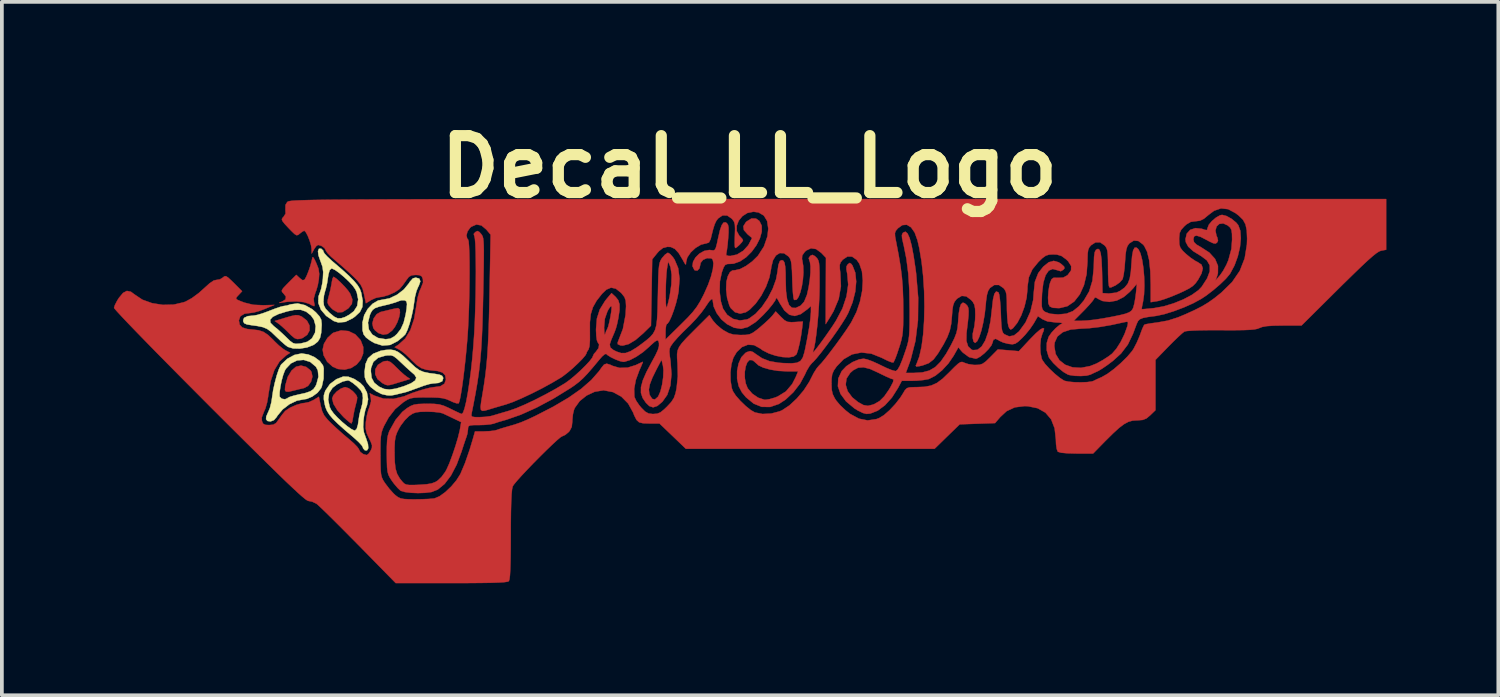
<source format=kicad_pcb>
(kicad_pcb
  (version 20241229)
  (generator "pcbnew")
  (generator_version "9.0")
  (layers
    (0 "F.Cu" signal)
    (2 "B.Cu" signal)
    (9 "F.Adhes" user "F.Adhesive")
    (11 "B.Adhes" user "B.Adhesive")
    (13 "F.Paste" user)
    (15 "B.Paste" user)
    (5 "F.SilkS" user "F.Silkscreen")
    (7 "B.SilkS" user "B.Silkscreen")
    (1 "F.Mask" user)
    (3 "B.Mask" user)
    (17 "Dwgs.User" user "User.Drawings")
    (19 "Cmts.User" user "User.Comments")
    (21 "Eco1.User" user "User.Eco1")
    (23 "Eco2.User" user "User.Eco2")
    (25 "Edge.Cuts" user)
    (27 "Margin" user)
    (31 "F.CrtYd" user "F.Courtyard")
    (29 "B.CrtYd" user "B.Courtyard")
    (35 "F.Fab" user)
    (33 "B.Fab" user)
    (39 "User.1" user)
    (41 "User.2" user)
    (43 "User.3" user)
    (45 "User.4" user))
  (footprint "Decal_LL_Logo"
    (layer "F.Cu")
    (at 17.023 2.918)
    (property "Reference" "Decal_LL_Logo" (at 0 -1.5 0) (layer "F.SilkS") (effects (font (size 1.524 1.524) (thickness 0.3))))
    (attr through_hole)
    (fp_poly (pts (xy -11.871 3.861) (xy -11.757 3.953) (xy -11.729 3.996) (xy -11.704 4.121) (xy -11.74 4.256) (xy -11.82 4.369) (xy -11.925 4.426) (xy -12.052 4.456) (xy -12.192 4.491) (xy -12.192 4.491) (xy -12.335 4.524) (xy -12.412 4.523) (xy -12.44 4.479) (xy -12.433 4.383) (xy -12.428 4.35) (xy -12.365 4.129) (xy -12.259 3.954) (xy -12.143 3.856) (xy -12.009 3.825) (xy -11.871 3.861)) (stroke (width 0.01) (type solid)) (fill yes) (layer "F.Cu"))
    (fp_poly (pts (xy -12.08 2.478) (xy -12.01 2.504) (xy -11.985 2.516) (xy -11.85 2.622) (xy -11.782 2.751) (xy -11.78 2.884) (xy -11.844 3.002) (xy -11.97 3.088) (xy -12.037 3.109) (xy -12.114 3.115) (xy -12.186 3.087) (xy -12.276 3.011) (xy -12.333 2.954) (xy -12.448 2.842) (xy -12.557 2.745) (xy -12.611 2.702) (xy -12.713 2.631) (xy -12.414 2.54) (xy -12.256 2.495) (xy -12.153 2.474) (xy -12.08 2.478)) (stroke (width 0.01) (type solid)) (fill yes) (layer "F.Cu"))
    (fp_poly (pts (xy -10.737 2.901) (xy -10.557 2.988) (xy -10.416 3.14) (xy -10.412 3.145) (xy -10.342 3.327) (xy -10.345 3.504) (xy -10.408 3.664) (xy -10.519 3.797) (xy -10.667 3.891) (xy -10.839 3.934) (xy -11.023 3.916) (xy -11.163 3.854) (xy -11.309 3.722) (xy -11.404 3.55) (xy -11.43 3.399) (xy -11.394 3.241) (xy -11.3 3.084) (xy -11.171 2.964) (xy -11.138 2.944) (xy -10.938 2.884) (xy -10.737 2.901)) (stroke (width 0.01) (type solid)) (fill yes) (layer "F.Cu"))
    (fp_poly (pts (xy -9.616 3.729) (xy -9.526 3.804) (xy -9.469 3.861) (xy -9.354 3.974) (xy -9.246 4.07) (xy -9.191 4.113) (xy -9.089 4.184) (xy -9.375 4.272) (xy -9.533 4.321) (xy -9.633 4.347) (xy -9.698 4.351) (xy -9.752 4.336) (xy -9.818 4.301) (xy -9.831 4.294) (xy -9.961 4.187) (xy -10.022 4.057) (xy -10.018 3.923) (xy -9.949 3.805) (xy -9.817 3.722) (xy -9.765 3.707) (xy -9.688 3.7) (xy -9.616 3.729)) (stroke (width 0.01) (type solid)) (fill yes) (layer "F.Cu"))
    (fp_poly (pts (xy -9.366 2.32) (xy -9.358 2.407) (xy -9.381 2.528) (xy -9.428 2.663) (xy -9.495 2.791) (xy -9.568 2.886) (xy -9.691 2.979) (xy -9.812 2.997) (xy -9.933 2.956) (xy -10.025 2.884) (xy -10.074 2.818) (xy -10.098 2.694) (xy -10.062 2.56) (xy -9.981 2.447) (xy -9.877 2.389) (xy -9.75 2.359) (xy -9.61 2.325) (xy -9.61 2.324) (xy -9.496 2.299) (xy -9.414 2.286) (xy -9.409 2.286) (xy -9.366 2.32)) (stroke (width 0.01) (type solid)) (fill yes) (layer "F.Cu"))
    (fp_poly (pts (xy -11.061 1.497) (xy -10.958 1.59) (xy -10.847 1.703) (xy -10.75 1.815) (xy -10.691 1.901) (xy -10.634 2.052) (xy -10.646 2.171) (xy -10.73 2.28) (xy -10.756 2.303) (xy -10.898 2.392) (xy -11.027 2.4) (xy -11.154 2.327) (xy -11.198 2.285) (xy -11.27 2.205) (xy -11.298 2.141) (xy -11.29 2.057) (xy -11.263 1.957) (xy -11.223 1.798) (xy -11.192 1.64) (xy -11.186 1.596) (xy -11.166 1.497) (xy -11.141 1.449) (xy -11.134 1.448) (xy -11.061 1.497)) (stroke (width 0.01) (type solid)) (fill yes) (layer "F.Cu"))
    (fp_poly (pts (xy -10.732 4.432) (xy -10.63 4.505) (xy -10.604 4.53) (xy -10.532 4.611) (xy -10.504 4.675) (xy -10.512 4.758) (xy -10.539 4.858) (xy -10.579 5.017) (xy -10.609 5.174) (xy -10.616 5.218) (xy -10.634 5.319) (xy -10.657 5.373) (xy -10.662 5.375) (xy -10.705 5.348) (xy -10.789 5.278) (xy -10.869 5.205) (xy -11.035 5.022) (xy -11.14 4.851) (xy -11.176 4.705) (xy -11.141 4.618) (xy -11.055 4.523) (xy -10.945 4.444) (xy -10.839 4.404) (xy -10.821 4.403) (xy -10.732 4.432)) (stroke (width 0.01) (type solid)) (fill yes) (layer "F.Cu"))
    (fp_poly (pts (xy -11.68 0.926) (xy -11.64 0.995) (xy -11.602 1.076) (xy -11.541 1.23) (xy -11.522 1.369) (xy -11.532 1.513) (xy -11.56 1.671) (xy -11.601 1.814) (xy -11.624 1.869) (xy -11.669 2.03) (xy -11.662 2.12) (xy -11.645 2.205) (xy -11.657 2.234) (xy -11.715 2.212) (xy -11.79 2.171) (xy -11.935 2.125) (xy -12.135 2.105) (xy -12.362 2.115) (xy -12.488 2.132) (xy -12.581 2.148) (xy -12.595 2.144) (xy -12.536 2.119) (xy -12.52 2.113) (xy -12.425 2.053) (xy -12.413 1.978) (xy -12.482 1.89) (xy -12.519 1.85) (xy -12.523 1.81) (xy -12.487 1.752) (xy -12.401 1.661) (xy -12.348 1.607) (xy -12.136 1.395) (xy -12.043 1.482) (xy -11.97 1.537) (xy -11.922 1.53) (xy -11.908 1.515) (xy -11.863 1.432) (xy -11.809 1.299) (xy -11.758 1.15) (xy -11.722 1.015) (xy -11.714 0.974) (xy -11.701 0.922) (xy -11.68 0.926)) (stroke (width 0.01) (type solid)) (fill yes) (layer "F.Cu"))
    (fp_poly (pts (xy 12.783 -0.182) (xy 12.921 -0.105) (xy 13.044 -0.003) (xy 13.098 0.063) (xy 13.153 0.213) (xy 13.167 0.416) (xy 13.144 0.651) (xy 13.086 0.899) (xy 12.998 1.141) (xy 12.883 1.356) (xy 12.868 1.378) (xy 12.765 1.5) (xy 12.612 1.648) (xy 12.431 1.803) (xy 12.244 1.947) (xy 12.107 2.038) (xy 11.894 2.154) (xy 11.639 2.268) (xy 11.37 2.369) (xy 11.116 2.448) (xy 10.902 2.494) (xy 10.88 2.497) (xy 10.68 2.523) (xy 10.547 2.549) (xy 10.463 2.583) (xy 10.413 2.633) (xy 10.379 2.705) (xy 10.376 2.712) (xy 10.326 2.845) (xy 10.278 2.974) (xy 10.141 3.261) (xy 9.957 3.503) (xy 9.743 3.697) (xy 9.595 3.809) (xy 9.456 3.904) (xy 9.352 3.967) (xy 9.335 3.975) (xy 9.221 4.027) (xy 9.134 4.069) (xy 9.032 4.095) (xy 8.882 4.105) (xy 8.719 4.1) (xy 8.579 4.079) (xy 8.535 4.066) (xy 8.417 3.998) (xy 8.277 3.886) (xy 8.143 3.756) (xy 8.042 3.631) (xy 8.019 3.593) (xy 7.967 3.415) (xy 7.968 3.305) (xy 8.17 3.305) (xy 8.206 3.515) (xy 8.307 3.682) (xy 8.461 3.803) (xy 8.657 3.872) (xy 8.884 3.886) (xy 9.131 3.838) (xy 9.302 3.77) (xy 9.466 3.68) (xy 9.625 3.577) (xy 9.719 3.505) (xy 9.833 3.374) (xy 9.95 3.189) (xy 10.052 2.98) (xy 10.125 2.777) (xy 10.133 2.746) (xy 10.145 2.674) (xy 10.123 2.65) (xy 10.046 2.662) (xy 10.001 2.672) (xy 9.697 2.738) (xy 9.39 2.791) (xy 9.108 2.824) (xy 8.885 2.836) (xy 8.608 2.86) (xy 8.397 2.931) (xy 8.253 3.047) (xy 8.18 3.207) (xy 8.17 3.305) (xy 7.968 3.305) (xy 7.969 3.218) (xy 8.018 3.056) (xy 8.097 2.942) (xy 8.207 2.824) (xy 8.319 2.731) (xy 8.382 2.697) (xy 8.38 2.684) (xy 8.309 2.674) (xy 8.213 2.67) (xy 7.987 2.642) (xy 7.948 2.625) (xy 8.692 2.625) (xy 8.908 2.625) (xy 9.058 2.617) (xy 9.251 2.596) (xy 9.447 2.566) (xy 9.461 2.564) (xy 9.735 2.514) (xy 9.937 2.472) (xy 10.08 2.436) (xy 10.175 2.399) (xy 10.234 2.359) (xy 10.269 2.31) (xy 10.287 2.269) (xy 10.317 2.153) (xy 10.344 1.995) (xy 10.358 1.884) (xy 10.383 1.63) (xy 10.286 1.751) (xy 10.19 1.852) (xy 10.065 1.96) (xy 10.02 1.994) (xy 9.84 2.085) (xy 9.644 2.119) (xy 9.461 2.095) (xy 9.357 2.045) (xy 9.282 2.001) (xy 9.247 2.01) (xy 9.236 2.035) (xy 9.199 2.091) (xy 9.116 2.189) (xy 9.004 2.31) (xy 8.955 2.36) (xy 8.692 2.625) (xy 7.948 2.625) (xy 7.855 2.584) (xy 7.731 2.502) (xy 7.616 2.701) (xy 7.517 2.846) (xy 7.39 3.001) (xy 7.309 3.086) (xy 7.201 3.187) (xy 7.123 3.239) (xy 7.048 3.255) (xy 6.948 3.244) (xy 6.936 3.242) (xy 6.805 3.209) (xy 6.701 3.162) (xy 6.682 3.148) (xy 6.599 3.107) (xy 6.537 3.135) (xy 6.519 3.2) (xy 6.488 3.28) (xy 6.407 3.386) (xy 6.299 3.495) (xy 6.187 3.585) (xy 6.093 3.636) (xy 6.067 3.641) (xy 5.886 3.599) (xy 5.722 3.478) (xy 5.689 3.443) (xy 5.6 3.337) (xy 5.473 3.563) (xy 5.333 3.768) (xy 5.164 3.951) (xy 4.985 4.096) (xy 4.817 4.182) (xy 4.799 4.188) (xy 4.666 4.212) (xy 4.493 4.229) (xy 4.36 4.233) (xy 4.085 4.233) (xy 3.983 4.426) (xy 3.821 4.681) (xy 3.636 4.886) (xy 3.44 5.032) (xy 3.243 5.11) (xy 3.138 5.12) (xy 3.043 5.095) (xy 2.914 5.033) (xy 2.815 4.972) (xy 2.591 4.784) (xy 2.443 4.584) (xy 2.373 4.379) (xy 2.375 4.339) (xy 2.582 4.339) (xy 2.634 4.511) (xy 2.757 4.677) (xy 2.915 4.805) (xy 3.057 4.883) (xy 3.177 4.904) (xy 3.311 4.871) (xy 3.356 4.853) (xy 3.492 4.774) (xy 3.615 4.651) (xy 3.742 4.469) (xy 3.787 4.392) (xy 3.851 4.267) (xy 3.863 4.2) (xy 3.849 4.191) (xy 3.789 4.173) (xy 3.675 4.123) (xy 3.527 4.052) (xy 3.459 4.018) (xy 3.236 3.916) (xy 3.06 3.871) (xy 2.915 3.882) (xy 2.785 3.949) (xy 2.703 4.022) (xy 2.604 4.172) (xy 2.582 4.339) (xy 2.375 4.339) (xy 2.383 4.172) (xy 2.475 3.973) (xy 2.599 3.842) (xy 2.767 3.731) (xy 2.945 3.658) (xy 3.064 3.641) (xy 3.154 3.66) (xy 3.292 3.71) (xy 3.455 3.783) (xy 3.515 3.813) (xy 3.674 3.889) (xy 3.811 3.945) (xy 3.905 3.971) (xy 3.925 3.972) (xy 3.974 3.933) (xy 4.033 3.829) (xy 4.105 3.654) (xy 4.147 3.534) (xy 4.199 3.384) (xy 4.237 3.262) (xy 4.263 3.15) (xy 4.28 3.032) (xy 4.289 2.889) (xy 4.294 2.705) (xy 4.295 2.461) (xy 4.295 2.328) (xy 4.287 1.814) (xy 4.259 1.367) (xy 4.209 0.97) (xy 4.137 0.609) (xy 4.123 0.552) (xy 4.092 0.412) (xy 4.087 0.329) (xy 4.109 0.277) (xy 4.121 0.264) (xy 4.181 0.238) (xy 4.238 0.285) (xy 4.294 0.408) (xy 4.348 0.608) (xy 4.401 0.889) (xy 4.455 1.251) (xy 4.468 1.352) (xy 4.524 2.008) (xy 4.518 2.61) (xy 4.451 3.162) (xy 4.322 3.668) (xy 4.277 3.794) (xy 4.192 4.022) (xy 4.409 4.022) (xy 4.635 4.008) (xy 4.822 3.959) (xy 4.981 3.866) (xy 5.127 3.719) (xy 5.273 3.508) (xy 5.404 3.275) (xy 5.493 3.096) (xy 5.548 2.954) (xy 5.579 2.814) (xy 5.595 2.641) (xy 5.597 2.595) (xy 5.613 2.417) (xy 5.638 2.273) (xy 5.667 2.188) (xy 5.672 2.181) (xy 5.72 2.139) (xy 5.769 2.155) (xy 5.81 2.19) (xy 5.845 2.229) (xy 5.867 2.282) (xy 5.875 2.361) (xy 5.872 2.48) (xy 5.855 2.653) (xy 5.826 2.893) (xy 5.818 2.963) (xy 5.815 3.164) (xy 5.862 3.313) (xy 5.955 3.399) (xy 5.989 3.411) (xy 6.113 3.402) (xy 6.224 3.315) (xy 6.321 3.153) (xy 6.401 2.922) (xy 6.463 2.628) (xy 6.503 2.276) (xy 6.503 2.276) (xy 6.529 2.05) (xy 6.565 1.904) (xy 6.612 1.841) (xy 6.667 1.86) (xy 6.679 1.873) (xy 6.697 1.934) (xy 6.714 2.061) (xy 6.729 2.236) (xy 6.738 2.427) (xy 6.746 2.645) (xy 6.757 2.795) (xy 6.773 2.891) (xy 6.797 2.949) (xy 6.832 2.986) (xy 6.835 2.988) (xy 6.963 3.043) (xy 7.092 3.017) (xy 7.225 2.91) (xy 7.4 2.67) (xy 7.53 2.38) (xy 7.605 2.067) (xy 7.62 1.866) (xy 7.65 1.581) (xy 7.74 1.348) (xy 7.874 1.176) (xy 8.02 1.058) (xy 8.154 1.02) (xy 8.287 1.058) (xy 8.358 1.106) (xy 8.432 1.172) (xy 8.443 1.218) (xy 8.411 1.259) (xy 8.344 1.298) (xy 8.261 1.273) (xy 8.258 1.272) (xy 8.128 1.237) (xy 8.02 1.282) (xy 7.936 1.406) (xy 7.876 1.604) (xy 7.843 1.877) (xy 7.84 1.931) (xy 7.833 2.115) (xy 7.834 2.233) (xy 7.848 2.305) (xy 7.877 2.351) (xy 7.921 2.386) (xy 8.055 2.437) (xy 8.264 2.455) (xy 8.279 2.455) (xy 8.492 2.435) (xy 8.668 2.367) (xy 8.827 2.24) (xy 8.961 2.083) (xy 9.104 1.839) (xy 9.192 1.55) (xy 9.227 1.205) (xy 9.229 1.119) (xy 9.235 0.914) (xy 9.254 0.785) (xy 9.287 0.724) (xy 9.341 0.698) (xy 9.383 0.727) (xy 9.413 0.817) (xy 9.434 0.976) (xy 9.446 1.21) (xy 9.45 1.336) (xy 9.461 1.884) (xy 9.631 1.895) (xy 9.835 1.87) (xy 9.935 1.823) (xy 10.055 1.735) (xy 10.137 1.633) (xy 10.19 1.498) (xy 10.221 1.312) (xy 10.235 1.121) (xy 10.254 0.89) (xy 10.282 0.74) (xy 10.322 0.667) (xy 10.376 0.667) (xy 10.423 0.709) (xy 10.477 0.816) (xy 10.522 0.987) (xy 10.556 1.203) (xy 10.577 1.444) (xy 10.583 1.69) (xy 10.574 1.922) (xy 10.546 2.119) (xy 10.542 2.137) (xy 10.52 2.243) (xy 10.511 2.307) (xy 10.512 2.313) (xy 10.554 2.313) (xy 10.66 2.304) (xy 10.809 2.289) (xy 10.847 2.285) (xy 11.103 2.238) (xy 11.37 2.157) (xy 11.628 2.052) (xy 11.855 1.932) (xy 12.033 1.805) (xy 12.119 1.714) (xy 12.265 1.488) (xy 12.336 1.299) (xy 12.334 1.14) (xy 12.258 1.007) (xy 12.108 0.894) (xy 12.096 0.887) (xy 11.889 0.759) (xy 11.757 0.638) (xy 11.693 0.517) (xy 11.684 0.445) (xy 11.684 0.444) (xy 11.896 0.444) (xy 11.913 0.518) (xy 11.978 0.583) (xy 12.097 0.652) (xy 12.323 0.798) (xy 12.477 0.968) (xy 12.555 1.155) (xy 12.553 1.351) (xy 12.534 1.419) (xy 12.489 1.545) (xy 12.612 1.403) (xy 12.695 1.283) (xy 12.781 1.124) (xy 12.834 1) (xy 12.915 0.699) (xy 12.933 0.45) (xy 12.93 0.292) (xy 12.916 0.194) (xy 12.884 0.131) (xy 12.825 0.078) (xy 12.818 0.072) (xy 12.695 0.016) (xy 12.59 0.03) (xy 12.517 0.099) (xy 12.487 0.21) (xy 12.515 0.348) (xy 12.534 0.386) (xy 12.556 0.478) (xy 12.53 0.53) (xy 12.49 0.557) (xy 12.43 0.549) (xy 12.328 0.502) (xy 12.259 0.464) (xy 12.09 0.377) (xy 11.98 0.343) (xy 11.918 0.361) (xy 11.896 0.43) (xy 11.896 0.444) (xy 11.684 0.444) (xy 11.718 0.292) (xy 11.811 0.189) (xy 11.951 0.143) (xy 12.123 0.161) (xy 12.203 0.189) (xy 12.261 0.195) (xy 12.277 0.136) (xy 12.31 0.052) (xy 12.394 -0.048) (xy 12.502 -0.139) (xy 12.61 -0.2) (xy 12.665 -0.212) (xy 12.783 -0.182)) (stroke (width 0.01) (type solid)) (fill yes) (layer "F.Cu"))
    (fp_poly (pts (xy 0.178 -0.113) (xy 0.269 -0.05) (xy 0.332 0.078) (xy 0.333 0.239) (xy 0.283 0.418) (xy 0.19 0.601) (xy 0.064 0.775) (xy -0.086 0.924) (xy -0.251 1.035) (xy -0.42 1.095) (xy -0.489 1.1) (xy -0.586 1.104) (xy -0.645 1.128) (xy -0.687 1.191) (xy -0.732 1.314) (xy -0.738 1.332) (xy -0.788 1.57) (xy -0.795 1.842) (xy -0.761 2.11) (xy -0.704 2.301) (xy -0.594 2.465) (xy -0.437 2.573) (xy -0.253 2.617) (xy -0.063 2.589) (xy -0.003 2.563) (xy 0.169 2.437) (xy 0.34 2.249) (xy 0.496 2.018) (xy 0.626 1.767) (xy 0.717 1.515) (xy 0.754 1.315) (xy 0.779 1.128) (xy 0.82 1.023) (xy 0.876 0.999) (xy 0.916 1.021) (xy 0.944 1.071) (xy 0.962 1.175) (xy 0.972 1.342) (xy 0.974 1.531) (xy 0.983 1.833) (xy 1.013 2.056) (xy 1.065 2.203) (xy 1.142 2.277) (xy 1.244 2.281) (xy 1.375 2.219) (xy 1.378 2.217) (xy 1.47 2.112) (xy 1.542 1.937) (xy 1.544 1.932) (xy 1.588 1.738) (xy 1.62 1.531) (xy 1.638 1.331) (xy 1.639 1.162) (xy 1.623 1.046) (xy 1.614 1.027) (xy 1.591 0.946) (xy 1.633 0.886) (xy 1.69 0.859) (xy 1.751 0.889) (xy 1.791 0.925) (xy 1.826 0.965) (xy 1.85 1.011) (xy 1.867 1.078) (xy 1.876 1.18) (xy 1.881 1.331) (xy 1.882 1.545) (xy 1.882 1.705) (xy 1.877 1.947) (xy 1.864 2.213) (xy 1.845 2.487) (xy 1.821 2.754) (xy 1.793 2.998) (xy 1.764 3.204) (xy 1.735 3.356) (xy 1.708 3.44) (xy 1.708 3.44) (xy 1.703 3.471) (xy 1.706 3.471) (xy 1.741 3.439) (xy 1.812 3.351) (xy 1.909 3.222) (xy 2.02 3.069) (xy 2.135 2.905) (xy 2.244 2.745) (xy 2.323 2.621) (xy 2.495 2.296) (xy 2.604 1.969) (xy 2.649 1.657) (xy 2.625 1.378) (xy 2.601 1.244) (xy 2.605 1.164) (xy 2.64 1.11) (xy 2.69 1.075) (xy 2.734 1.104) (xy 2.765 1.149) (xy 2.839 1.337) (xy 2.863 1.575) (xy 2.838 1.844) (xy 2.766 2.13) (xy 2.651 2.414) (xy 2.583 2.54) (xy 2.482 2.701) (xy 2.355 2.891) (xy 2.212 3.094) (xy 2.064 3.294) (xy 1.924 3.477) (xy 1.803 3.626) (xy 1.712 3.727) (xy 1.685 3.75) (xy 1.614 3.834) (xy 1.536 3.965) (xy 1.489 4.067) (xy 1.359 4.309) (xy 1.18 4.54) (xy 0.973 4.735) (xy 0.792 4.854) (xy 0.557 4.934) (xy 0.332 4.931) (xy 0.118 4.845) (xy -0.088 4.675) (xy -0.197 4.545) (xy -0.284 4.379) (xy -0.327 4.18) (xy -0.327 4.149) (xy -0.122 4.149) (xy -0.097 4.301) (xy -0.045 4.431) (xy -0.043 4.435) (xy 0.08 4.579) (xy 0.237 4.686) (xy 0.4 4.739) (xy 0.437 4.741) (xy 0.545 4.724) (xy 0.688 4.682) (xy 0.763 4.652) (xy 0.98 4.518) (xy 1.149 4.319) (xy 1.243 4.135) (xy 1.308 3.979) (xy 1 3.979) (xy 0.774 3.967) (xy 0.558 3.932) (xy 0.376 3.881) (xy 0.246 3.819) (xy 0.21 3.786) (xy 0.124 3.709) (xy 0.079 3.68) (xy 0.005 3.676) (xy -0.054 3.739) (xy -0.097 3.85) (xy -0.121 3.993) (xy -0.122 4.149) (xy -0.327 4.149) (xy -0.327 3.97) (xy -0.288 3.771) (xy -0.213 3.602) (xy -0.103 3.486) (xy -0.065 3.464) (xy 0.022 3.438) (xy 0.097 3.461) (xy 0.16 3.507) (xy 0.343 3.63) (xy 0.543 3.708) (xy 0.787 3.75) (xy 0.916 3.759) (xy 1.129 3.765) (xy 1.275 3.75) (xy 1.37 3.703) (xy 1.431 3.614) (xy 1.476 3.47) (xy 1.497 3.377) (xy 1.556 3.08) (xy 1.603 2.807) (xy 1.635 2.575) (xy 1.65 2.402) (xy 1.651 2.369) (xy 1.651 2.229) (xy 1.556 2.316) (xy 1.378 2.446) (xy 1.218 2.496) (xy 1.073 2.463) (xy 0.939 2.348) (xy 0.813 2.149) (xy 0.806 2.135) (xy 0.757 2.046) (xy 0.726 2.009) (xy 0.721 2.016) (xy 0.691 2.086) (xy 0.613 2.197) (xy 0.503 2.33) (xy 0.374 2.469) (xy 0.242 2.596) (xy 0.162 2.665) (xy -0.036 2.792) (xy -0.22 2.84) (xy -0.408 2.811) (xy -0.599 2.714) (xy -0.75 2.586) (xy -0.874 2.42) (xy -0.954 2.245) (xy -0.974 2.124) (xy -0.983 2.052) (xy -1.015 2.046) (xy -1.075 2.107) (xy -1.167 2.241) (xy -1.185 2.27) (xy -1.286 2.408) (xy -1.426 2.573) (xy -1.58 2.736) (xy -1.633 2.787) (xy -1.779 2.929) (xy -1.914 3.069) (xy -2.017 3.185) (xy -2.046 3.222) (xy -2.103 3.302) (xy -2.134 3.369) (xy -2.142 3.449) (xy -2.131 3.567) (xy -2.111 3.703) (xy -2.085 4.055) (xy -2.114 4.36) (xy -2.199 4.611) (xy -2.329 4.794) (xy -2.464 4.907) (xy -2.577 4.945) (xy -2.68 4.909) (xy -2.769 4.823) (xy -2.858 4.692) (xy -2.903 4.556) (xy -2.902 4.466) (xy -2.691 4.466) (xy -2.679 4.578) (xy -2.666 4.617) (xy -2.602 4.717) (xy -2.529 4.733) (xy -2.45 4.664) (xy -2.438 4.646) (xy -2.381 4.517) (xy -2.336 4.336) (xy -2.307 4.136) (xy -2.3 3.95) (xy -2.313 3.831) (xy -2.351 3.668) (xy -2.483 3.919) (xy -2.597 4.151) (xy -2.665 4.328) (xy -2.691 4.466) (xy -2.902 4.466) (xy -2.902 4.402) (xy -2.852 4.218) (xy -2.753 3.992) (xy -2.62 3.742) (xy -2.514 3.547) (xy -2.449 3.406) (xy -2.42 3.303) (xy -2.42 3.221) (xy -2.437 3.163) (xy -2.467 3.147) (xy -2.533 3.185) (xy -2.642 3.282) (xy -2.68 3.319) (xy -2.845 3.463) (xy -3.026 3.587) (xy -3.199 3.678) (xy -3.344 3.723) (xy -3.378 3.725) (xy -3.466 3.706) (xy -3.587 3.66) (xy -3.71 3.6) (xy -3.803 3.541) (xy -3.831 3.513) (xy -3.87 3.519) (xy -3.941 3.579) (xy -4.005 3.651) (xy -4.188 3.871) (xy -4.333 4.038) (xy -4.455 4.166) (xy -4.569 4.268) (xy -4.688 4.359) (xy -4.796 4.432) (xy -5.249 4.711) (xy -5.697 4.95) (xy -6.124 5.142) (xy -6.514 5.278) (xy -6.562 5.291) (xy -6.701 5.331) (xy -6.82 5.37) (xy -6.849 5.381) (xy -6.941 5.4) (xy -7.085 5.414) (xy -7.241 5.419) (xy -7.395 5.42) (xy -7.483 5.43) (xy -7.524 5.453) (xy -7.535 5.497) (xy -7.535 5.523) (xy -7.552 5.649) (xy -7.574 5.724) (xy -7.605 5.812) (xy -7.652 5.952) (xy -7.704 6.113) (xy -7.705 6.117) (xy -7.839 6.477) (xy -7.992 6.771) (xy -8.163 6.996) (xy -8.346 7.147) (xy -8.514 7.213) (xy -8.684 7.234) (xy -8.876 7.241) (xy -9.065 7.233) (xy -9.226 7.213) (xy -9.333 7.181) (xy -9.346 7.174) (xy -9.423 7.101) (xy -9.518 6.989) (xy -9.573 6.914) (xy -9.63 6.827) (xy -9.668 6.751) (xy -9.691 6.666) (xy -9.704 6.552) (xy -9.709 6.388) (xy -9.711 6.228) (xy -9.711 6.164) (xy -9.504 6.164) (xy -9.498 6.406) (xy -9.477 6.587) (xy -9.435 6.726) (xy -9.365 6.848) (xy -9.294 6.936) (xy -9.246 6.985) (xy -9.19 7.013) (xy -9.107 7.025) (xy -8.974 7.024) (xy -8.845 7.019) (xy -8.648 7.005) (xy -8.511 6.982) (xy -8.411 6.945) (xy -8.346 6.905) (xy -8.245 6.808) (xy -8.146 6.673) (xy -8.111 6.611) (xy -8.036 6.443) (xy -7.954 6.224) (xy -7.873 5.984) (xy -7.804 5.753) (xy -7.757 5.561) (xy -7.749 5.517) (xy -7.719 5.34) (xy -7.913 5.247) (xy -8.049 5.182) (xy -8.17 5.125) (xy -8.209 5.106) (xy -8.3 5.083) (xy -8.446 5.067) (xy -8.617 5.06) (xy -8.637 5.06) (xy -8.811 5.064) (xy -8.929 5.079) (xy -9.018 5.112) (xy -9.106 5.17) (xy -9.118 5.179) (xy -9.227 5.286) (xy -9.337 5.431) (xy -9.388 5.517) (xy -9.442 5.628) (xy -9.476 5.729) (xy -9.495 5.846) (xy -9.503 6.004) (xy -9.504 6.164) (xy -9.711 6.164) (xy -9.71 5.995) (xy -9.702 5.826) (xy -9.683 5.702) (xy -9.652 5.602) (xy -9.637 5.567) (xy -9.476 5.279) (xy -9.294 5.065) (xy -9.172 4.968) (xy -9.075 4.909) (xy -8.984 4.873) (xy -8.871 4.855) (xy -8.71 4.849) (xy -8.636 4.848) (xy -8.446 4.851) (xy -8.307 4.866) (xy -8.185 4.901) (xy -8.047 4.962) (xy -8.002 4.985) (xy -7.864 5.052) (xy -7.759 5.101) (xy -7.705 5.122) (xy -7.703 5.122) (xy -7.667 5.082) (xy -7.627 4.967) (xy -7.584 4.789) (xy -7.541 4.557) (xy -7.499 4.281) (xy -7.458 3.973) (xy -7.422 3.642) (xy -7.392 3.299) (xy -7.368 2.954) (xy -7.367 2.938) (xy -7.352 2.624) (xy -7.341 2.293) (xy -7.332 1.956) (xy -7.327 1.623) (xy -7.325 1.307) (xy -7.327 1.018) (xy -7.331 0.767) (xy -7.339 0.566) (xy -7.351 0.426) (xy -7.365 0.357) (xy -7.368 0.354) (xy -7.382 0.298) (xy -7.342 0.251) (xy -7.285 0.22) (xy -7.233 0.245) (xy -7.186 0.298) (xy -7.163 0.329) (xy -7.144 0.365) (xy -7.13 0.416) (xy -7.121 0.49) (xy -7.115 0.597) (xy -7.112 0.745) (xy -7.113 0.945) (xy -7.116 1.205) (xy -7.122 1.534) (xy -7.127 1.799) (xy -7.138 2.298) (xy -7.15 2.727) (xy -7.166 3.098) (xy -7.186 3.426) (xy -7.212 3.725) (xy -7.245 4.009) (xy -7.286 4.29) (xy -7.337 4.584) (xy -7.398 4.904) (xy -7.436 5.091) (xy -7.446 5.158) (xy -7.427 5.193) (xy -7.361 5.205) (xy -7.236 5.207) (xy -7.079 5.199) (xy -6.934 5.18) (xy -6.882 5.167) (xy -6.777 5.136) (xy -6.623 5.09) (xy -6.451 5.04) (xy -6.435 5.035) (xy -6.246 4.969) (xy -6.006 4.867) (xy -5.735 4.739) (xy -5.454 4.595) (xy -5.183 4.446) (xy -4.941 4.301) (xy -4.93 4.294) (xy -4.807 4.205) (xy -4.665 4.087) (xy -4.52 3.955) (xy -4.385 3.822) (xy -4.276 3.704) (xy -4.207 3.614) (xy -4.191 3.575) (xy -4.162 3.513) (xy -4.106 3.45) (xy -4.039 3.357) (xy -4.024 3.262) (xy -4.064 3.196) (xy -4.084 3.144) (xy -4.099 3.03) (xy -4.106 2.877) (xy -4.106 2.849) (xy -4.102 2.8) (xy -3.89 2.8) (xy -3.89 2.818) (xy -3.884 2.935) (xy -3.875 2.994) (xy -3.864 2.985) (xy -3.832 2.894) (xy -3.812 2.857) (xy -3.783 2.788) (xy -3.751 2.666) (xy -3.721 2.52) (xy -3.698 2.38) (xy -3.688 2.274) (xy -3.691 2.239) (xy -3.718 2.242) (xy -3.765 2.306) (xy -3.802 2.376) (xy -3.871 2.573) (xy -3.89 2.8) (xy -4.102 2.8) (xy -4.083 2.565) (xy -4.006 2.323) (xy -3.865 2.094) (xy -3.807 2.021) (xy -3.691 1.884) (xy -3.581 1.986) (xy -3.511 2.074) (xy -3.477 2.184) (xy -3.476 2.335) (xy -3.507 2.543) (xy -3.516 2.591) (xy -3.545 2.725) (xy -3.574 2.831) (xy -3.615 2.941) (xy -3.678 3.088) (xy -3.696 3.129) (xy -3.738 3.253) (xy -3.725 3.338) (xy -3.646 3.405) (xy -3.555 3.451) (xy -3.432 3.491) (xy -3.313 3.489) (xy -3.18 3.44) (xy -3.016 3.34) (xy -2.892 3.25) (xy -2.757 3.147) (xy -2.654 3.058) (xy -2.579 2.972) (xy -2.526 2.873) (xy -2.491 2.748) (xy -2.471 2.585) (xy -2.459 2.369) (xy -2.452 2.088) (xy -2.449 1.945) (xy -2.447 1.86) (xy -2.24 1.86) (xy -2.24 2.029) (xy -2.236 2.165) (xy -2.227 2.252) (xy -2.216 2.272) (xy -2.195 2.22) (xy -2.165 2.107) (xy -2.133 1.96) (xy -2.133 1.958) (xy -2.088 1.65) (xy -2.08 1.393) (xy -2.109 1.197) (xy -2.124 1.156) (xy -2.173 1.037) (xy -2.205 1.228) (xy -2.219 1.343) (xy -2.229 1.499) (xy -2.236 1.678) (xy -2.24 1.86) (xy -2.447 1.86) (xy -2.443 1.652) (xy -2.437 1.43) (xy -2.429 1.268) (xy -2.417 1.153) (xy -2.401 1.072) (xy -2.379 1.012) (xy -2.35 0.962) (xy -2.335 0.941) (xy -2.259 0.854) (xy -2.191 0.807) (xy -2.178 0.804) (xy -2.122 0.837) (xy -2.046 0.922) (xy -2.003 0.984) (xy -1.906 1.213) (xy -1.869 1.496) (xy -1.893 1.829) (xy -1.919 1.974) (xy -1.965 2.16) (xy -2.023 2.344) (xy -2.084 2.508) (xy -2.142 2.633) (xy -2.19 2.702) (xy -2.207 2.709) (xy -2.228 2.747) (xy -2.241 2.845) (xy -2.244 2.918) (xy -2.244 3.127) (xy -1.827 2.717) (xy -1.645 2.535) (xy -1.511 2.387) (xy -1.408 2.253) (xy -1.319 2.11) (xy -1.229 1.938) (xy -1.213 1.905) (xy -1.105 1.663) (xy -1.025 1.437) (xy -0.976 1.241) (xy -0.961 1.086) (xy -0.981 0.984) (xy -1.017 0.952) (xy -1.134 0.947) (xy -1.239 0.993) (xy -1.304 1.073) (xy -1.312 1.116) (xy -1.335 1.219) (xy -1.388 1.278) (xy -1.455 1.276) (xy -1.474 1.261) (xy -1.523 1.161) (xy -1.507 1.045) (xy -1.441 0.928) (xy -1.337 0.826) (xy -1.209 0.754) (xy -1.071 0.728) (xy -1.019 0.734) (xy -0.963 0.741) (xy -0.925 0.725) (xy -0.897 0.671) (xy -0.868 0.562) (xy -0.837 0.417) (xy -0.787 0.201) (xy -0.739 0.062) (xy -0.69 -0.006) (xy -0.636 -0.012) (xy -0.603 0.009) (xy -0.571 0.053) (xy -0.556 0.129) (xy -0.556 0.256) (xy -0.566 0.408) (xy -0.581 0.579) (xy -0.599 0.721) (xy -0.615 0.811) (xy -0.618 0.822) (xy -0.618 0.869) (xy -0.558 0.887) (xy -0.507 0.889) (xy -0.33 0.851) (xy -0.162 0.749) (xy -0.029 0.603) (xy -0.005 0.56) (xy 0.073 0.408) (xy -0.048 0.306) (xy -0.145 0.196) (xy -0.16 0.093) (xy -0.093 -0.014) (xy -0.071 -0.035) (xy 0.056 -0.114) (xy 0.178 -0.113)) (stroke (width 0.01) (type solid)) (fill yes) (layer "F.Cu"))
    (fp_poly (pts (xy 17.06 0.722) (xy 16.923 0.748) (xy 16.87 0.768) (xy 16.796 0.816) (xy 16.695 0.897) (xy 16.56 1.016) (xy 16.387 1.178) (xy 16.169 1.389) (xy 15.899 1.653) (xy 15.788 1.763) (xy 14.792 2.752) (xy 14.294 2.752) (xy 14.043 2.756) (xy 13.862 2.768) (xy 13.737 2.791) (xy 13.67 2.817) (xy 13.613 2.839) (xy 13.53 2.856) (xy 13.412 2.867) (xy 13.247 2.874) (xy 13.023 2.877) (xy 12.729 2.877) (xy 12.64 2.876) (xy 12.333 2.876) (xy 12.072 2.88) (xy 11.865 2.888) (xy 11.723 2.899) (xy 11.657 2.913) (xy 11.597 2.959) (xy 11.494 3.053) (xy 11.362 3.18) (xy 11.229 3.314) (xy 10.88 3.673) (xy 10.88 5.021) (xy 10.74 5.156) (xy 10.639 5.241) (xy 10.539 5.281) (xy 10.401 5.292) (xy 10.387 5.292) (xy 10.267 5.3) (xy 10.156 5.331) (xy 10.04 5.393) (xy 9.906 5.494) (xy 9.743 5.643) (xy 9.538 5.846) (xy 9.526 5.858) (xy 9.21 6.181) (xy 8.762 6.181) (xy 8.521 6.175) (xy 8.356 6.16) (xy 8.27 6.135) (xy 8.263 6.13) (xy 8.236 6.061) (xy 8.217 5.933) (xy 8.212 5.802) (xy 8.179 5.506) (xy 8.086 5.266) (xy 7.933 5.086) (xy 7.725 4.968) (xy 7.463 4.914) (xy 7.373 4.911) (xy 7.112 4.944) (xy 6.893 5.046) (xy 6.725 5.201) (xy 6.583 5.366) (xy 5.636 5.399) (xy 5.299 5.726) (xy 4.963 6.054) (xy -1.7 6.054) (xy -2.053 5.715) (xy -2.407 5.376) (xy -2.68 5.376) (xy -2.845 5.371) (xy -2.951 5.345) (xy -3.021 5.281) (xy -3.082 5.162) (xy -3.114 5.08) (xy -3.246 4.841) (xy -3.428 4.657) (xy -3.649 4.536) (xy -3.895 4.489) (xy -3.916 4.489) (xy -4.141 4.526) (xy -4.358 4.627) (xy -4.543 4.775) (xy -4.674 4.957) (xy -4.696 5.009) (xy -4.725 5.128) (xy -4.74 5.277) (xy -4.741 5.318) (xy -4.757 5.467) (xy -4.812 5.574) (xy -4.845 5.611) (xy -4.931 5.682) (xy -5.002 5.715) (xy -5.007 5.715) (xy -5.056 5.744) (xy -5.152 5.825) (xy -5.283 5.946) (xy -5.44 6.097) (xy -5.611 6.266) (xy -5.786 6.443) (xy -5.954 6.618) (xy -6.104 6.778) (xy -6.226 6.914) (xy -6.308 7.014) (xy -6.338 7.06) (xy -6.355 7.134) (xy -6.369 7.273) (xy -6.379 7.481) (xy -6.386 7.762) (xy -6.39 8.121) (xy -6.39 8.363) (xy -6.392 8.746) (xy -6.396 9.049) (xy -6.403 9.281) (xy -6.412 9.445) (xy -6.425 9.549) (xy -6.441 9.599) (xy -6.443 9.601) (xy -6.482 9.616) (xy -6.57 9.628) (xy -6.714 9.637) (xy -6.919 9.644) (xy -7.192 9.648) (xy -7.536 9.651) (xy -7.96 9.652) (xy -7.983 9.652) (xy -9.472 9.652) (xy -10.479 8.625) (xy -10.723 8.379) (xy -10.951 8.149) (xy -11.157 7.944) (xy -11.333 7.771) (xy -11.471 7.638) (xy -11.563 7.552) (xy -11.596 7.525) (xy -11.71 7.471) (xy -11.81 7.451) (xy -11.842 7.439) (xy -11.897 7.401) (xy -11.979 7.333) (xy -12.092 7.233) (xy -12.238 7.097) (xy -12.422 6.923) (xy -12.645 6.707) (xy -12.911 6.446) (xy -13.224 6.138) (xy -13.587 5.778) (xy -14.003 5.364) (xy -14.467 4.901) (xy -14.852 4.514) (xy -15.22 4.144) (xy -15.566 3.794) (xy -15.886 3.47) (xy -16.174 3.175) (xy -16.428 2.914) (xy -16.642 2.692) (xy -16.812 2.512) (xy -16.934 2.38) (xy -17.003 2.301) (xy -17.018 2.278) (xy -16.995 2.204) (xy -16.937 2.091) (xy -16.888 2.013) (xy -16.777 1.879) (xy -16.674 1.825) (xy -16.566 1.848) (xy -16.47 1.919) (xy -16.26 2.06) (xy -15.999 2.154) (xy -15.712 2.199) (xy -15.42 2.192) (xy -15.147 2.128) (xy -15.1 2.11) (xy -14.934 2.019) (xy -14.747 1.881) (xy -14.621 1.768) (xy -14.461 1.624) (xy -14.346 1.546) (xy -14.277 1.531) (xy -14.181 1.515) (xy -14.108 1.471) (xy -14.063 1.435) (xy -14.02 1.431) (xy -13.963 1.466) (xy -13.873 1.549) (xy -13.806 1.615) (xy -13.587 1.834) (xy -13.68 1.933) (xy -13.734 1.992) (xy -13.75 2.031) (xy -13.715 2.063) (xy -13.62 2.103) (xy -13.525 2.139) (xy -13.29 2.197) (xy -13.018 2.209) (xy -12.721 2.2) (xy -12.975 2.306) (xy -13.127 2.363) (xy -13.264 2.401) (xy -13.343 2.413) (xy -13.522 2.436) (xy -13.634 2.503) (xy -13.674 2.613) (xy -13.674 2.618) (xy -13.653 2.731) (xy -13.584 2.804) (xy -13.454 2.845) (xy -13.31 2.86) (xy -13.146 2.879) (xy -13.016 2.922) (xy -12.894 3.003) (xy -12.755 3.135) (xy -12.718 3.175) (xy -12.601 3.287) (xy -12.483 3.381) (xy -12.426 3.417) (xy -12.3 3.483) (xy -12.405 3.551) (xy -12.584 3.714) (xy -12.723 3.943) (xy -12.823 4.242) (xy -12.886 4.615) (xy -12.889 4.647) (xy -12.918 4.816) (xy -12.963 4.973) (xy -13 5.056) (xy -13.061 5.214) (xy -13.057 5.309) (xy -13.026 5.382) (xy -12.965 5.413) (xy -12.865 5.419) (xy -12.754 5.409) (xy -12.678 5.365) (xy -12.604 5.266) (xy -12.6 5.26) (xy -12.518 5.144) (xy -12.439 5.049) (xy -12.42 5.031) (xy -12.298 4.951) (xy -12.138 4.88) (xy -11.982 4.835) (xy -11.906 4.826) (xy -11.798 4.804) (xy -11.676 4.749) (xy -11.665 4.743) (xy -11.531 4.66) (xy -11.481 4.904) (xy -11.443 5.047) (xy -11.389 5.16) (xy -11.299 5.272) (xy -11.208 5.365) (xy -11.057 5.506) (xy -10.879 5.665) (xy -10.721 5.798) (xy -10.597 5.906) (xy -10.504 6.001) (xy -10.459 6.065) (xy -10.456 6.075) (xy -10.421 6.14) (xy -10.34 6.198) (xy -10.249 6.223) (xy -10.2 6.189) (xy -10.145 6.107) (xy -10.142 6.103) (xy -10.13 6.074) (xy -9.882 6.074) (xy -9.882 6.226) (xy -9.88 6.456) (xy -9.875 6.62) (xy -9.865 6.735) (xy -9.845 6.819) (xy -9.814 6.888) (xy -9.767 6.963) (xy -9.745 6.993) (xy -9.642 7.128) (xy -9.53 7.252) (xy -9.481 7.298) (xy -9.411 7.35) (xy -9.341 7.383) (xy -9.247 7.4) (xy -9.108 7.407) (xy -8.956 7.408) (xy -8.764 7.405) (xy -8.589 7.398) (xy -8.46 7.386) (xy -8.427 7.381) (xy -8.296 7.325) (xy -8.142 7.213) (xy -7.986 7.065) (xy -7.846 6.899) (xy -7.742 6.733) (xy -7.736 6.721) (xy -7.615 6.435) (xy -7.491 6.076) (xy -7.405 5.789) (xy -7.348 5.588) (xy -7.105 5.588) (xy -6.952 5.581) (xy -6.821 5.565) (xy -6.765 5.55) (xy -6.663 5.515) (xy -6.526 5.474) (xy -6.477 5.46) (xy -6.283 5.404) (xy -6.116 5.346) (xy -5.943 5.273) (xy -5.736 5.176) (xy -5.249 4.925) (xy -4.84 4.684) (xy -4.503 4.448) (xy -4.233 4.212) (xy -4.024 3.974) (xy -3.961 3.883) (xy -3.891 3.798) (xy -3.82 3.774) (xy -3.718 3.806) (xy -3.668 3.831) (xy -3.477 3.887) (xy -3.259 3.88) (xy -3.042 3.812) (xy -3.038 3.81) (xy -2.932 3.76) (xy -2.864 3.729) (xy -2.852 3.725) (xy -2.862 3.76) (xy -2.9 3.851) (xy -2.95 3.964) (xy -3.041 4.213) (xy -3.085 4.45) (xy -3.079 4.651) (xy -3.073 4.676) (xy -3.029 4.771) (xy -2.947 4.89) (xy -2.894 4.954) (xy -2.791 5.057) (xy -2.702 5.107) (xy -2.596 5.122) (xy -2.571 5.122) (xy -2.468 5.114) (xy -2.381 5.079) (xy -2.285 5.002) (xy -2.201 4.921) (xy -2.089 4.799) (xy -2.02 4.692) (xy -1.976 4.565) (xy -1.948 4.432) (xy -1.915 4.113) (xy -1.923 3.776) (xy -1.934 3.627) (xy -1.935 3.512) (xy -1.919 3.415) (xy -1.878 3.323) (xy -1.805 3.222) (xy -1.692 3.097) (xy -1.532 2.935) (xy -1.411 2.814) (xy -1.07 2.474) (xy -0.978 2.615) (xy -0.886 2.721) (xy -0.758 2.832) (xy -0.689 2.881) (xy -0.553 2.956) (xy -0.427 2.994) (xy -0.267 3.005) (xy -0.227 3.006) (xy -0.089 3.003) (xy 0.011 2.986) (xy 0.1 2.943) (xy 0.208 2.864) (xy 0.289 2.797) (xy 0.423 2.68) (xy 0.542 2.569) (xy 0.62 2.486) (xy 0.623 2.482) (xy 0.707 2.375) (xy 0.851 2.524) (xy 0.944 2.612) (xy 1.025 2.654) (xy 1.13 2.663) (xy 1.215 2.659) (xy 1.435 2.646) (xy 1.413 2.836) (xy 1.385 3.03) (xy 1.349 3.224) (xy 1.308 3.392) (xy 1.27 3.509) (xy 1.263 3.524) (xy 1.189 3.582) (xy 1.059 3.605) (xy 0.891 3.597) (xy 0.706 3.561) (xy 0.523 3.5) (xy 0.361 3.418) (xy 0.289 3.366) (xy 0.128 3.277) (xy -0.038 3.266) (xy -0.198 3.33) (xy -0.338 3.464) (xy -0.428 3.616) (xy -0.48 3.793) (xy -0.505 4.009) (xy -0.502 4.231) (xy -0.471 4.425) (xy -0.441 4.51) (xy -0.363 4.63) (xy -0.241 4.769) (xy -0.099 4.906) (xy 0.04 5.018) (xy 0.15 5.081) (xy 0.355 5.122) (xy 0.589 5.11) (xy 0.816 5.05) (xy 0.884 5.019) (xy 1.075 4.892) (xy 1.273 4.707) (xy 1.457 4.49) (xy 1.579 4.303) (xy 2.201 4.303) (xy 2.207 4.47) (xy 2.233 4.589) (xy 2.287 4.7) (xy 2.33 4.765) (xy 2.436 4.89) (xy 2.58 5.026) (xy 2.7 5.12) (xy 2.938 5.248) (xy 3.169 5.294) (xy 3.401 5.26) (xy 3.479 5.231) (xy 3.608 5.152) (xy 3.759 5.019) (xy 3.912 4.855) (xy 4.048 4.68) (xy 4.111 4.581) (xy 4.17 4.482) (xy 4.224 4.429) (xy 4.3 4.408) (xy 4.426 4.403) (xy 4.466 4.403) (xy 4.694 4.394) (xy 4.872 4.36) (xy 5.026 4.291) (xy 5.181 4.175) (xy 5.359 4.003) (xy 5.496 3.864) (xy 5.59 3.778) (xy 5.653 3.735) (xy 5.701 3.727) (xy 5.749 3.744) (xy 5.762 3.751) (xy 5.868 3.786) (xy 6.009 3.807) (xy 6.055 3.808) (xy 6.164 3.804) (xy 6.248 3.777) (xy 6.334 3.716) (xy 6.449 3.605) (xy 6.453 3.601) (xy 6.658 3.393) (xy 6.94 3.416) (xy 7.221 3.44) (xy 7.525 3.114) (xy 7.676 2.961) (xy 7.791 2.862) (xy 7.866 2.82) (xy 7.897 2.835) (xy 7.878 2.911) (xy 7.853 2.964) (xy 7.81 3.104) (xy 7.792 3.288) (xy 7.799 3.477) (xy 7.832 3.635) (xy 7.849 3.676) (xy 7.923 3.781) (xy 8.041 3.91) (xy 8.18 4.042) (xy 8.317 4.154) (xy 8.428 4.226) (xy 8.447 4.234) (xy 8.555 4.257) (xy 8.71 4.271) (xy 8.884 4.274) (xy 9.048 4.268) (xy 9.174 4.251) (xy 9.219 4.237) (xy 9.306 4.194) (xy 9.425 4.141) (xy 9.441 4.134) (xy 9.592 4.048) (xy 9.771 3.915) (xy 9.956 3.755) (xy 10.125 3.588) (xy 10.255 3.435) (xy 10.294 3.375) (xy 10.38 3.21) (xy 10.457 3.03) (xy 10.482 2.961) (xy 10.528 2.838) (xy 10.569 2.751) (xy 10.587 2.728) (xy 10.644 2.713) (xy 10.762 2.693) (xy 10.917 2.672) (xy 10.952 2.667) (xy 11.212 2.62) (xy 11.482 2.534) (xy 11.684 2.45) (xy 11.934 2.336) (xy 12.13 2.236) (xy 12.297 2.135) (xy 12.46 2.019) (xy 12.644 1.871) (xy 12.649 1.867) (xy 12.934 1.587) (xy 13.14 1.286) (xy 13.27 0.953) (xy 13.33 0.581) (xy 13.335 0.423) (xy 13.326 0.204) (xy 13.293 0.044) (xy 13.225 -0.081) (xy 13.11 -0.194) (xy 13.023 -0.26) (xy 12.826 -0.365) (xy 12.637 -0.386) (xy 12.452 -0.323) (xy 12.303 -0.212) (xy 12.178 -0.108) (xy 12.075 -0.057) (xy 11.962 -0.042) (xy 11.956 -0.042) (xy 11.824 -0.024) (xy 11.708 0.044) (xy 11.654 0.093) (xy 11.569 0.187) (xy 11.527 0.278) (xy 11.515 0.404) (xy 11.515 0.447) (xy 11.52 0.578) (xy 11.547 0.668) (xy 11.611 0.752) (xy 11.695 0.832) (xy 11.821 0.936) (xy 11.949 1.022) (xy 12.012 1.054) (xy 12.114 1.122) (xy 12.148 1.22) (xy 12.115 1.356) (xy 12.024 1.522) (xy 11.956 1.618) (xy 11.881 1.693) (xy 11.779 1.761) (xy 11.631 1.836) (xy 11.502 1.895) (xy 11.313 1.974) (xy 11.132 2.041) (xy 10.985 2.087) (xy 10.929 2.099) (xy 10.753 2.127) (xy 10.753 1.663) (xy 10.742 1.293) (xy 10.711 0.999) (xy 10.657 0.777) (xy 10.579 0.62) (xy 10.548 0.582) (xy 10.423 0.487) (xy 10.3 0.476) (xy 10.183 0.55) (xy 10.172 0.561) (xy 10.128 0.626) (xy 10.098 0.718) (xy 10.078 0.856) (xy 10.065 1.04) (xy 10.051 1.222) (xy 10.029 1.381) (xy 10.005 1.491) (xy 9.995 1.516) (xy 9.922 1.598) (xy 9.811 1.677) (xy 9.699 1.728) (xy 9.654 1.736) (xy 9.633 1.694) (xy 9.619 1.573) (xy 9.611 1.376) (xy 9.61 1.22) (xy 9.608 1) (xy 9.603 0.847) (xy 9.591 0.746) (xy 9.57 0.678) (xy 9.537 0.627) (xy 9.518 0.606) (xy 9.398 0.523) (xy 9.275 0.524) (xy 9.157 0.6) (xy 9.108 0.656) (xy 9.078 0.724) (xy 9.064 0.825) (xy 9.059 0.983) (xy 9.059 1.037) (xy 9.035 1.376) (xy 8.964 1.673) (xy 8.852 1.92) (xy 8.703 2.11) (xy 8.522 2.234) (xy 8.315 2.285) (xy 8.282 2.286) (xy 8.133 2.278) (xy 8.049 2.243) (xy 8.011 2.163) (xy 8.003 2.018) (xy 8.003 1.996) (xy 8.014 1.831) (xy 8.039 1.674) (xy 8.057 1.609) (xy 8.097 1.512) (xy 8.15 1.474) (xy 8.248 1.473) (xy 8.27 1.475) (xy 8.409 1.468) (xy 8.515 1.41) (xy 8.534 1.393) (xy 8.619 1.276) (xy 8.622 1.158) (xy 8.543 1.033) (xy 8.486 0.978) (xy 8.364 0.889) (xy 8.242 0.852) (xy 8.142 0.847) (xy 8.029 0.853) (xy 7.942 0.881) (xy 7.853 0.945) (xy 7.746 1.048) (xy 7.583 1.247) (xy 7.488 1.459) (xy 7.452 1.71) (xy 7.451 1.775) (xy 7.429 2.004) (xy 7.371 2.247) (xy 7.285 2.481) (xy 7.18 2.68) (xy 7.066 2.821) (xy 7.055 2.831) (xy 7.002 2.861) (xy 6.966 2.828) (xy 6.943 2.775) (xy 6.924 2.683) (xy 6.91 2.533) (xy 6.901 2.349) (xy 6.9 2.254) (xy 6.898 2.06) (xy 6.889 1.929) (xy 6.87 1.844) (xy 6.837 1.783) (xy 6.808 1.749) (xy 6.687 1.666) (xy 6.563 1.666) (xy 6.447 1.746) (xy 6.399 1.82) (xy 6.366 1.93) (xy 6.342 2.095) (xy 6.333 2.201) (xy 6.306 2.446) (xy 6.265 2.679) (xy 6.216 2.888) (xy 6.161 3.056) (xy 6.105 3.171) (xy 6.052 3.217) (xy 6.048 3.217) (xy 6.007 3.181) (xy 5.985 3.089) (xy 5.985 2.973) (xy 6.007 2.873) (xy 6.032 2.759) (xy 6.049 2.598) (xy 6.054 2.462) (xy 6.049 2.303) (xy 6.03 2.199) (xy 5.989 2.122) (xy 5.94 2.066) (xy 5.812 1.97) (xy 5.69 1.958) (xy 5.569 2.03) (xy 5.546 2.053) (xy 5.494 2.121) (xy 5.461 2.207) (xy 5.44 2.334) (xy 5.427 2.508) (xy 5.408 2.709) (xy 5.371 2.886) (xy 5.305 3.061) (xy 5.204 3.256) (xy 5.059 3.494) (xy 5.053 3.504) (xy 4.935 3.661) (xy 4.808 3.76) (xy 4.641 3.822) (xy 4.557 3.841) (xy 4.475 3.851) (xy 4.458 3.828) (xy 4.478 3.785) (xy 4.554 3.585) (xy 4.614 3.316) (xy 4.657 2.993) (xy 4.682 2.628) (xy 4.691 2.236) (xy 4.683 1.831) (xy 4.657 1.427) (xy 4.614 1.038) (xy 4.553 0.677) (xy 4.505 0.469) (xy 4.43 0.261) (xy 4.332 0.121) (xy 4.22 0.053) (xy 4.099 0.062) (xy 3.98 0.148) (xy 3.925 0.213) (xy 3.901 0.275) (xy 3.905 0.364) (xy 3.93 0.497) (xy 4.001 0.866) (xy 4.053 1.179) (xy 4.088 1.463) (xy 4.11 1.744) (xy 4.121 2.048) (xy 4.123 2.265) (xy 4.124 2.534) (xy 4.121 2.738) (xy 4.113 2.894) (xy 4.098 3.022) (xy 4.073 3.141) (xy 4.037 3.269) (xy 4.01 3.353) (xy 3.955 3.518) (xy 3.905 3.65) (xy 3.868 3.729) (xy 3.858 3.743) (xy 3.806 3.735) (xy 3.702 3.694) (xy 3.567 3.627) (xy 3.552 3.619) (xy 3.27 3.506) (xy 3.003 3.475) (xy 2.753 3.525) (xy 2.526 3.655) (xy 2.339 3.848) (xy 2.262 3.959) (xy 2.22 4.058) (xy 2.204 4.18) (xy 2.201 4.303) (xy 1.579 4.303) (xy 1.605 4.263) (xy 1.652 4.17) (xy 1.727 4.023) (xy 1.807 3.897) (xy 1.863 3.831) (xy 1.937 3.753) (xy 2.046 3.621) (xy 2.178 3.45) (xy 2.323 3.257) (xy 2.467 3.058) (xy 2.6 2.868) (xy 2.708 2.703) (xy 2.736 2.657) (xy 2.87 2.392) (xy 2.966 2.108) (xy 3.024 1.82) (xy 3.041 1.545) (xy 3.017 1.299) (xy 2.949 1.098) (xy 2.877 0.993) (xy 2.754 0.906) (xy 2.63 0.903) (xy 2.507 0.985) (xy 2.5 0.992) (xy 2.446 1.06) (xy 2.422 1.129) (xy 2.424 1.23) (xy 2.438 1.342) (xy 2.454 1.701) (xy 2.395 2.039) (xy 2.256 2.37) (xy 2.186 2.49) (xy 2.046 2.715) (xy 2.053 0.937) (xy 1.929 0.807) (xy 1.789 0.704) (xy 1.652 0.683) (xy 1.521 0.745) (xy 1.484 0.781) (xy 1.417 0.876) (xy 1.411 0.972) (xy 1.419 1.003) (xy 1.444 1.156) (xy 1.449 1.332) (xy 1.436 1.518) (xy 1.408 1.699) (xy 1.368 1.859) (xy 1.32 1.984) (xy 1.268 2.059) (xy 1.213 2.069) (xy 1.195 2.056) (xy 1.182 2.004) (xy 1.169 1.885) (xy 1.158 1.716) (xy 1.15 1.516) (xy 1.15 1.51) (xy 1.143 1.287) (xy 1.132 1.133) (xy 1.116 1.029) (xy 1.092 0.96) (xy 1.056 0.909) (xy 1.048 0.9) (xy 0.93 0.816) (xy 0.815 0.811) (xy 0.713 0.875) (xy 0.635 1.002) (xy 0.589 1.184) (xy 0.584 1.228) (xy 0.539 1.463) (xy 0.447 1.712) (xy 0.32 1.953) (xy 0.17 2.165) (xy 0.009 2.328) (xy -0.092 2.396) (xy -0.245 2.434) (xy -0.386 2.394) (xy -0.499 2.284) (xy -0.535 2.215) (xy -0.595 2.012) (xy -0.621 1.788) (xy -0.613 1.577) (xy -0.575 1.429) (xy -0.519 1.324) (xy -0.456 1.278) (xy -0.377 1.27) (xy -0.246 1.239) (xy -0.086 1.155) (xy 0.079 1.034) (xy 0.226 0.889) (xy 0.234 0.88) (xy 0.391 0.636) (xy 0.485 0.365) (xy 0.508 0.158) (xy 0.478 -0.047) (xy 0.39 -0.193) (xy 0.248 -0.277) (xy 0.111 -0.296) (xy -0.05 -0.264) (xy -0.185 -0.178) (xy -0.284 -0.057) (xy -0.338 0.082) (xy -0.337 0.221) (xy -0.271 0.343) (xy -0.254 0.36) (xy -0.191 0.428) (xy -0.169 0.471) (xy -0.198 0.52) (xy -0.263 0.591) (xy -0.334 0.654) (xy -0.379 0.677) (xy -0.388 0.638) (xy -0.392 0.535) (xy -0.389 0.387) (xy -0.387 0.336) (xy -0.382 0.161) (xy -0.387 0.048) (xy -0.408 -0.027) (xy -0.449 -0.087) (xy -0.468 -0.109) (xy -0.592 -0.195) (xy -0.716 -0.198) (xy -0.835 -0.117) (xy -0.836 -0.116) (xy -0.885 -0.051) (xy -0.928 0.039) (xy -0.969 0.17) (xy -1.017 0.36) (xy -1.034 0.434) (xy -1.08 0.527) (xy -1.146 0.55) (xy -1.29 0.584) (xy -1.439 0.672) (xy -1.57 0.794) (xy -1.662 0.93) (xy -1.693 1.05) (xy -1.697 1.112) (xy -1.713 1.114) (xy -1.753 1.049) (xy -1.782 0.994) (xy -1.892 0.811) (xy -1.995 0.699) (xy -2.103 0.648) (xy -2.196 0.644) (xy -2.314 0.675) (xy -2.421 0.76) (xy -2.472 0.818) (xy -2.602 0.98) (xy -2.618 1.868) (xy -2.634 2.757) (xy -2.843 2.962) (xy -3.047 3.138) (xy -3.231 3.249) (xy -3.389 3.29) (xy -3.454 3.284) (xy -3.525 3.252) (xy -3.525 3.198) (xy -3.518 3.185) (xy -3.387 2.845) (xy -3.315 2.467) (xy -3.302 2.233) (xy -3.31 2.089) (xy -3.345 1.989) (xy -3.421 1.892) (xy -3.437 1.875) (xy -3.575 1.765) (xy -3.702 1.737) (xy -3.829 1.79) (xy -3.946 1.902) (xy -4.093 2.09) (xy -4.19 2.263) (xy -4.247 2.447) (xy -4.271 2.667) (xy -4.271 2.901) (xy -4.27 3.145) (xy -4.282 3.308) (xy -4.306 3.39) (xy -4.31 3.396) (xy -4.355 3.466) (xy -4.36 3.493) (xy -4.391 3.55) (xy -4.472 3.646) (xy -4.589 3.764) (xy -4.725 3.892) (xy -4.866 4.012) (xy -4.996 4.112) (xy -5.049 4.148) (xy -5.286 4.288) (xy -5.552 4.434) (xy -5.829 4.574) (xy -6.095 4.699) (xy -6.331 4.8) (xy -6.516 4.865) (xy -6.519 4.866) (xy -6.692 4.916) (xy -6.849 4.962) (xy -6.96 4.996) (xy -6.967 4.998) (xy -7.08 5.031) (xy -7.152 5.039) (xy -7.19 5.01) (xy -7.199 4.933) (xy -7.183 4.797) (xy -7.148 4.589) (xy -7.107 4.336) (xy -7.072 4.092) (xy -7.044 3.844) (xy -7.02 3.58) (xy -7.002 3.288) (xy -6.986 2.955) (xy -6.974 2.57) (xy -6.963 2.12) (xy -6.957 1.799) (xy -6.93 0.318) (xy -7.046 0.18) (xy -7.176 0.071) (xy -7.31 0.046) (xy -7.444 0.104) (xy -7.48 0.134) (xy -7.55 0.233) (xy -7.577 0.339) (xy -7.557 0.424) (xy -7.535 0.445) (xy -7.52 0.495) (xy -7.509 0.619) (xy -7.501 0.806) (xy -7.496 1.043) (xy -7.495 1.321) (xy -7.497 1.627) (xy -7.502 1.951) (xy -7.511 2.281) (xy -7.524 2.607) (xy -7.535 2.836) (xy -7.552 3.092) (xy -7.576 3.37) (xy -7.604 3.657) (xy -7.636 3.941) (xy -7.669 4.207) (xy -7.702 4.444) (xy -7.734 4.636) (xy -7.762 4.771) (xy -7.785 4.836) (xy -7.786 4.837) (xy -7.837 4.838) (xy -7.935 4.805) (xy -8.003 4.773) (xy -8.105 4.728) (xy -8.21 4.7) (xy -8.343 4.684) (xy -8.526 4.678) (xy -8.636 4.678) (xy -8.837 4.679) (xy -8.975 4.686) (xy -9.073 4.703) (xy -9.152 4.734) (xy -9.236 4.786) (xy -9.274 4.812) (xy -9.489 4.993) (xy -9.662 5.216) (xy -9.786 5.442) (xy -9.826 5.536) (xy -9.854 5.627) (xy -9.871 5.734) (xy -9.88 5.877) (xy -9.882 6.074) (xy -10.13 6.074) (xy -10.11 6.026) (xy -10.108 5.958) (xy -10.141 5.867) (xy -10.187 5.775) (xy -10.251 5.633) (xy -10.277 5.509) (xy -10.273 5.357) (xy -10.27 5.322) (xy -10.244 5.161) (xy -10.206 5.014) (xy -10.179 4.949) (xy -10.133 4.781) (xy -10.14 4.693) (xy -10.168 4.566) (xy -10.046 4.629) (xy -9.798 4.711) (xy -9.526 4.717) (xy -9.245 4.648) (xy -9.165 4.614) (xy -9.034 4.561) (xy -8.87 4.506) (xy -8.7 4.455) (xy -8.552 4.418) (xy -8.454 4.403) (xy -8.45 4.403) (xy -8.276 4.379) (xy -8.167 4.311) (xy -8.128 4.2) (xy -8.128 4.197) (xy -8.148 4.085) (xy -8.218 4.012) (xy -8.348 3.971) (xy -8.491 3.956) (xy -8.655 3.937) (xy -8.785 3.894) (xy -8.907 3.813) (xy -9.047 3.68) (xy -9.084 3.641) (xy -9.201 3.528) (xy -9.319 3.434) (xy -9.376 3.398) (xy -9.502 3.332) (xy -9.397 3.264) (xy -9.218 3.102) (xy -9.079 2.873) (xy -8.979 2.574) (xy -8.916 2.201) (xy -8.912 2.168) (xy -8.884 2) (xy -8.839 1.843) (xy -8.801 1.759) (xy -8.74 1.602) (xy -8.745 1.507) (xy -8.775 1.434) (xy -8.837 1.403) (xy -8.936 1.397) (xy -9.048 1.407) (xy -9.123 1.451) (xy -9.197 1.549) (xy -9.201 1.556) (xy -9.283 1.672) (xy -9.363 1.766) (xy -9.382 1.784) (xy -9.504 1.864) (xy -9.664 1.935) (xy -9.82 1.981) (xy -9.896 1.99) (xy -10.004 2.012) (xy -10.125 2.066) (xy -10.136 2.073) (xy -10.271 2.156) (xy -10.321 1.912) (xy -10.358 1.768) (xy -10.413 1.656) (xy -10.502 1.544) (xy -10.594 1.451) (xy -10.745 1.309) (xy -10.923 1.151) (xy -11.081 1.017) (xy -11.205 0.909) (xy -11.297 0.815) (xy -11.343 0.75) (xy -11.345 0.741) (xy -11.381 0.676) (xy -11.462 0.618) (xy -11.553 0.593) (xy -11.602 0.626) (xy -11.659 0.707) (xy -11.66 0.709) (xy -11.723 0.826) (xy -11.726 0.699) (xy -11.742 0.598) (xy -11.78 0.472) (xy -11.829 0.349) (xy -11.88 0.253) (xy -11.92 0.212) (xy -11.923 0.212) (xy -11.974 0.237) (xy -12.041 0.289) (xy -12.088 0.326) (xy -12.13 0.333) (xy -12.184 0.3) (xy -12.268 0.219) (xy -12.343 0.141) (xy -12.452 0.024) (xy -12.509 -0.05) (xy -12.523 -0.097) (xy -12.502 -0.135) (xy -12.479 -0.157) (xy -12.423 -0.245) (xy -12.427 -0.35) (xy -12.425 -0.479) (xy -12.38 -0.553) (xy -12.372 -0.561) (xy -12.361 -0.567) (xy -12.343 -0.574) (xy -12.317 -0.58) (xy -12.279 -0.586) (xy -12.227 -0.591) (xy -12.159 -0.596) (xy -12.071 -0.6) (xy -11.961 -0.604) (xy -11.826 -0.608) (xy -11.664 -0.612) (xy -11.473 -0.615) (xy -11.248 -0.618) (xy -10.989 -0.62) (xy -10.691 -0.622) (xy -10.354 -0.625) (xy -9.973 -0.626) (xy -9.546 -0.628) (xy -9.071 -0.629) (xy -8.545 -0.631) (xy -7.965 -0.632) (xy -7.329 -0.632) (xy -6.634 -0.633) (xy -5.878 -0.634) (xy -5.057 -0.634) (xy -4.17 -0.634) (xy -3.213 -0.635) (xy -2.184 -0.635) (xy -1.08 -0.635) (xy 0.102 -0.635) (xy 1.363 -0.635) (xy 2.377 -0.635) (xy 17.06 -0.635) (xy 17.06 0.722)) (stroke (width 0.01) (type solid)) (fill yes) (layer "F.Cu"))
    (fp_poly (pts (xy 13.005 -0.469) (xy 13.214 -0.333) (xy 13.377 -0.154) (xy 13.436 -0.068) (xy 13.472 0.01) (xy 13.492 0.103) (xy 13.5 0.234) (xy 13.501 0.425) (xy 13.47 0.833) (xy 13.374 1.195) (xy 13.211 1.522) (xy 13.168 1.588) (xy 13.043 1.74) (xy 12.867 1.914) (xy 12.664 2.091) (xy 12.455 2.25) (xy 12.355 2.316) (xy 12.201 2.403) (xy 12.004 2.5) (xy 11.784 2.598) (xy 11.563 2.688) (xy 11.362 2.762) (xy 11.202 2.811) (xy 11.132 2.825) (xy 10.934 2.848) (xy 10.805 2.869) (xy 10.725 2.896) (xy 10.68 2.936) (xy 10.651 2.997) (xy 10.63 3.065) (xy 10.504 3.357) (xy 10.309 3.645) (xy 10.06 3.913) (xy 9.772 4.145) (xy 9.46 4.325) (xy 9.45 4.33) (xy 9.29 4.396) (xy 9.147 4.433) (xy 8.982 4.449) (xy 8.845 4.451) (xy 8.598 4.44) (xy 8.406 4.401) (xy 8.238 4.322) (xy 8.068 4.192) (xy 7.996 4.127) (xy 7.788 3.898) (xy 7.662 3.678) (xy 7.618 3.464) (xy 7.618 3.453) (xy 7.618 3.298) (xy 7.445 3.454) (xy 7.345 3.539) (xy 7.264 3.585) (xy 7.167 3.602) (xy 7.023 3.601) (xy 7.002 3.6) (xy 6.857 3.597) (xy 6.759 3.61) (xy 6.678 3.651) (xy 6.582 3.731) (xy 6.52 3.788) (xy 6.403 3.893) (xy 6.315 3.953) (xy 6.225 3.979) (xy 6.102 3.985) (xy 6.064 3.985) (xy 5.92 3.979) (xy 5.808 3.963) (xy 5.763 3.949) (xy 5.706 3.953) (xy 5.613 4.021) (xy 5.488 4.144) (xy 5.286 4.334) (xy 5.093 4.46) (xy 4.883 4.534) (xy 4.63 4.569) (xy 4.623 4.569) (xy 4.463 4.582) (xy 4.364 4.6) (xy 4.301 4.635) (xy 4.251 4.696) (xy 4.222 4.742) (xy 4.086 4.933) (xy 3.92 5.116) (xy 3.748 5.27) (xy 3.589 5.375) (xy 3.561 5.388) (xy 3.384 5.441) (xy 3.18 5.466) (xy 3.137 5.467) (xy 3.006 5.462) (xy 2.9 5.439) (xy 2.789 5.388) (xy 2.646 5.299) (xy 2.613 5.276) (xy 2.369 5.084) (xy 2.187 4.876) (xy 2.179 4.864) (xy 2.1 4.739) (xy 2.055 4.636) (xy 2.035 4.521) (xy 2.03 4.36) (xy 2.03 4.333) (xy 2.036 4.166) (xy 2.053 4.022) (xy 2.077 3.932) (xy 2.078 3.93) (xy 2.104 3.875) (xy 2.09 3.874) (xy 2.026 3.929) (xy 2.011 3.943) (xy 1.931 4.039) (xy 1.842 4.18) (xy 1.779 4.303) (xy 1.629 4.562) (xy 1.427 4.811) (xy 1.197 5.023) (xy 0.966 5.174) (xy 0.783 5.253) (xy 0.614 5.29) (xy 0.457 5.298) (xy 0.2 5.272) (xy -0.025 5.188) (xy -0.236 5.036) (xy -0.36 4.914) (xy -0.513 4.733) (xy -0.609 4.565) (xy -0.66 4.379) (xy -0.678 4.148) (xy -0.678 4.082) (xy -0.647 3.75) (xy -0.554 3.476) (xy -0.415 3.276) (xy -0.326 3.181) (xy -0.42 3.181) (xy -0.542 3.155) (xy -0.625 3.117) (xy 0.249 3.117) (xy 0.27 3.146) (xy 0.282 3.153) (xy 0.374 3.212) (xy 0.442 3.266) (xy 0.619 3.369) (xy 0.846 3.424) (xy 0.954 3.432) (xy 1.126 3.435) (xy 1.176 3.22) (xy 1.214 3.043) (xy 1.225 2.931) (xy 1.205 2.871) (xy 1.151 2.846) (xy 1.083 2.842) (xy 0.941 2.814) (xy 0.829 2.755) (xy 0.718 2.667) (xy 0.462 2.89) (xy 0.337 3.002) (xy 0.269 3.074) (xy 0.249 3.117) (xy -0.625 3.117) (xy -0.7 3.084) (xy -0.866 2.983) (xy -0.972 2.903) (xy -1.106 2.79) (xy -1.369 3.038) (xy -1.525 3.187) (xy -1.633 3.3) (xy -1.701 3.4) (xy -1.739 3.507) (xy -1.755 3.644) (xy -1.759 3.832) (xy -1.759 3.964) (xy -1.765 4.266) (xy -1.788 4.501) (xy -1.83 4.685) (xy -1.896 4.836) (xy -1.99 4.97) (xy -2.023 5.007) (xy -2.191 5.167) (xy -2.355 5.259) (xy -2.538 5.296) (xy -2.602 5.298) (xy -2.747 5.284) (xy -2.863 5.23) (xy -2.945 5.164) (xy -3.06 5.043) (xy -3.159 4.906) (xy -3.18 4.87) (xy -3.238 4.692) (xy -3.261 4.48) (xy -3.246 4.276) (xy -3.22 4.179) (xy -3.2 4.115) (xy -3.214 4.083) (xy -3.281 4.071) (xy -3.393 4.07) (xy -3.536 4.061) (xy -3.655 4.038) (xy -3.693 4.024) (xy -3.741 4.008) (xy -3.793 4.022) (xy -3.862 4.076) (xy -3.964 4.181) (xy -4.028 4.252) (xy -4.267 4.481) (xy -4.572 4.717) (xy -4.924 4.949) (xy -5.307 5.168) (xy -5.702 5.363) (xy -6.093 5.524) (xy -6.437 5.636) (xy -6.576 5.676) (xy -6.695 5.715) (xy -6.724 5.726) (xy -6.828 5.749) (xy -6.967 5.763) (xy -7.011 5.763) (xy -7.098 5.764) (xy -7.159 5.776) (xy -7.206 5.812) (xy -7.247 5.885) (xy -7.292 6.009) (xy -7.351 6.197) (xy -7.367 6.25) (xy -7.493 6.606) (xy -7.632 6.893) (xy -7.792 7.125) (xy -7.942 7.283) (xy -8.081 7.396) (xy -8.221 7.488) (xy -8.332 7.539) (xy -8.333 7.54) (xy -8.453 7.561) (xy -8.624 7.574) (xy -8.823 7.58) (xy -9.028 7.58) (xy -9.217 7.572) (xy -9.368 7.558) (xy -9.459 7.537) (xy -9.464 7.535) (xy -9.63 7.411) (xy -9.799 7.228) (xy -9.909 7.074) (xy -9.968 6.974) (xy -10.007 6.876) (xy -10.033 6.757) (xy -10.051 6.592) (xy -10.062 6.444) (xy -10.076 6.251) (xy -10.088 6.131) (xy -10.101 6.075) (xy -10.118 6.071) (xy -10.143 6.107) (xy -10.149 6.118) (xy -10.204 6.198) (xy -10.251 6.229) (xy -10.342 6.204) (xy -10.423 6.146) (xy -10.458 6.081) (xy -10.489 6.027) (xy -10.571 5.939) (xy -10.689 5.833) (xy -10.723 5.804) (xy -10.89 5.663) (xy -11.067 5.505) (xy -11.21 5.371) (xy -11.334 5.241) (xy -11.411 5.132) (xy -11.458 5.013) (xy -11.483 4.91) (xy -11.514 4.757) (xy -11.415 4.757) (xy -11.397 4.869) (xy -11.369 4.982) (xy -11.328 5.081) (xy -11.266 5.177) (xy -11.172 5.283) (xy -11.035 5.412) (xy -10.845 5.576) (xy -10.762 5.646) (xy -10.615 5.774) (xy -10.494 5.888) (xy -10.411 5.973) (xy -10.384 6.012) (xy -10.332 6.096) (xy -10.272 6.113) (xy -10.233 6.076) (xy -10.227 5.988) (xy -10.27 5.842) (xy -10.29 5.793) (xy -10.346 5.64) (xy -10.367 5.499) (xy -10.367 5.478) (xy -10.281 5.478) (xy -10.255 5.619) (xy -10.204 5.746) (xy -10.11 5.954) (xy -10.059 5.721) (xy -10.01 5.545) (xy -9.943 5.367) (xy -9.911 5.298) (xy -9.821 5.144) (xy -9.711 4.984) (xy -9.672 4.933) (xy -9.53 4.759) (xy -9.72 4.733) (xy -9.749 4.726) (xy -9.485 4.726) (xy -9.464 4.747) (xy -9.442 4.726) (xy -9.464 4.705) (xy -9.485 4.726) (xy -9.749 4.726) (xy -9.872 4.7) (xy -10.012 4.652) (xy -10.04 4.639) (xy -10.17 4.572) (xy -10.142 4.699) (xy -10.147 4.866) (xy -10.18 4.952) (xy -10.223 5.069) (xy -10.259 5.225) (xy -10.272 5.308) (xy -10.281 5.478) (xy -10.367 5.478) (xy -10.361 5.324) (xy -10.359 5.311) (xy -10.336 5.148) (xy -10.303 5.004) (xy -10.275 4.929) (xy -10.228 4.752) (xy -10.257 4.571) (xy -10.355 4.4) (xy -10.514 4.255) (xy -10.607 4.201) (xy -10.769 4.142) (xy -10.916 4.142) (xy -11.075 4.204) (xy -11.178 4.266) (xy -11.328 4.399) (xy -11.406 4.558) (xy -11.415 4.757) (xy -11.514 4.757) (xy -11.533 4.666) (xy -11.667 4.749) (xy -11.787 4.806) (xy -11.899 4.832) (xy -11.908 4.832) (xy -12.043 4.855) (xy -12.205 4.913) (xy -12.355 4.989) (xy -12.422 5.037) (xy -12.495 5.118) (xy -12.579 5.231) (xy -12.602 5.266) (xy -12.677 5.368) (xy -12.752 5.414) (xy -12.861 5.425) (xy -12.867 5.425) (xy -12.978 5.417) (xy -13.034 5.381) (xy -13.059 5.315) (xy -13.055 5.221) (xy -12.967 5.221) (xy -12.952 5.304) (xy -12.87 5.339) (xy -12.847 5.34) (xy -12.743 5.3) (xy -12.686 5.224) (xy -12.558 5.051) (xy -12.38 4.903) (xy -12.177 4.797) (xy -11.977 4.749) (xy -11.945 4.747) (xy -11.816 4.716) (xy -11.671 4.635) (xy -11.542 4.526) (xy -11.464 4.418) (xy -11.435 4.342) (xy -11.42 4.254) (xy -11.417 4.133) (xy -11.417 4.112) (xy -10.329 4.112) (xy -10.288 4.288) (xy -10.169 4.441) (xy -9.979 4.564) (xy -9.826 4.624) (xy -9.741 4.643) (xy -9.643 4.643) (xy -9.508 4.624) (xy -9.337 4.587) (xy -9.208 4.551) (xy -9.04 4.494) (xy -8.889 4.437) (xy -8.734 4.38) (xy -8.596 4.339) (xy -8.508 4.324) (xy -8.336 4.306) (xy -8.242 4.256) (xy -8.223 4.181) (xy -8.245 4.125) (xy -8.307 4.091) (xy -8.428 4.068) (xy -8.458 4.064) (xy -8.651 4.037) (xy -8.788 4.002) (xy -8.898 3.946) (xy -9.01 3.856) (xy -9.108 3.762) (xy -9.283 3.596) (xy -9.419 3.487) (xy -9.534 3.425) (xy -9.644 3.402) (xy -9.765 3.408) (xy -9.765 3.408) (xy -9.923 3.449) (xy -10.082 3.519) (xy -10.113 3.537) (xy -10.22 3.625) (xy -10.287 3.739) (xy -10.321 3.898) (xy -10.329 4.112) (xy -11.417 4.112) (xy -11.423 3.953) (xy -11.425 3.915) (xy -11.47 3.794) (xy -11.579 3.679) (xy -11.73 3.587) (xy -11.903 3.531) (xy -12.014 3.52) (xy -12.204 3.557) (xy -12.394 3.659) (xy -12.558 3.811) (xy -12.563 3.816) (xy -12.613 3.91) (xy -12.669 4.064) (xy -12.723 4.255) (xy -12.769 4.458) (xy -12.802 4.651) (xy -12.807 4.698) (xy -12.834 4.863) (xy -12.877 5.014) (xy -12.913 5.095) (xy -12.967 5.221) (xy -13.055 5.221) (xy -13.053 5.173) (xy -13.002 5.062) (xy -12.952 4.941) (xy -12.91 4.777) (xy -12.891 4.654) (xy -12.831 4.275) (xy -12.734 3.97) (xy -12.598 3.735) (xy -12.422 3.568) (xy -12.407 3.558) (xy -12.302 3.49) (xy -12.428 3.424) (xy -12.529 3.354) (xy -12.651 3.249) (xy -12.72 3.181) (xy -12.867 3.035) (xy -12.99 2.943) (xy -13.116 2.892) (xy -13.27 2.869) (xy -13.312 2.866) (xy -13.496 2.843) (xy -13.61 2.794) (xy -13.665 2.712) (xy -13.673 2.647) (xy -13.583 2.647) (xy -13.56 2.703) (xy -13.499 2.737) (xy -13.378 2.76) (xy -13.348 2.764) (xy -13.155 2.791) (xy -13.018 2.826) (xy -12.908 2.882) (xy -12.796 2.973) (xy -12.698 3.068) (xy -12.546 3.214) (xy -12.43 3.308) (xy -12.327 3.361) (xy -12.215 3.385) (xy -12.077 3.392) (xy -11.885 3.374) (xy -11.726 3.311) (xy -11.691 3.29) (xy -11.577 3.201) (xy -11.519 3.1) (xy -11.502 3.026) (xy -11.477 2.778) (xy -11.483 2.725) (xy -10.391 2.725) (xy -10.386 2.879) (xy -10.361 2.992) (xy -10.308 3.075) (xy -10.205 3.157) (xy -10.17 3.181) (xy -9.951 3.287) (xy -9.74 3.309) (xy -9.539 3.248) (xy -9.45 3.192) (xy -9.343 3.107) (xy -9.261 3.032) (xy -9.243 3.012) (xy -9.193 2.918) (xy -9.137 2.764) (xy -9.083 2.573) (xy -9.036 2.37) (xy -9.004 2.177) (xy -8.999 2.13) (xy -8.972 1.965) (xy -8.929 1.814) (xy -8.893 1.733) (xy -8.839 1.607) (xy -8.854 1.524) (xy -8.936 1.489) (xy -8.959 1.488) (xy -9.063 1.528) (xy -9.12 1.604) (xy -9.248 1.777) (xy -9.426 1.925) (xy -9.628 2.031) (xy -9.829 2.079) (xy -9.861 2.08) (xy -9.967 2.104) (xy -10.092 2.163) (xy -10.123 2.183) (xy -10.256 2.319) (xy -10.348 2.509) (xy -10.391 2.725) (xy -11.483 2.725) (xy -11.498 2.59) (xy -11.571 2.446) (xy -11.701 2.333) (xy -11.787 2.284) (xy -11.972 2.216) (xy -12.178 2.197) (xy -12.417 2.228) (xy -12.702 2.31) (xy -12.917 2.391) (xy -13.072 2.448) (xy -13.209 2.489) (xy -13.298 2.504) (xy -13.47 2.522) (xy -13.564 2.572) (xy -13.583 2.647) (xy -13.673 2.647) (xy -13.676 2.625) (xy -13.639 2.513) (xy -13.531 2.444) (xy -13.356 2.419) (xy -13.348 2.419) (xy -13.253 2.404) (xy -13.112 2.363) (xy -12.959 2.307) (xy -12.583 2.177) (xy -12.26 2.114) (xy -11.99 2.116) (xy -11.777 2.182) (xy -11.636 2.256) (xy -11.663 2.129) (xy -11.659 1.962) (xy -11.625 1.873) (xy -11.583 1.757) (xy -11.548 1.599) (xy -11.534 1.499) (xy -11.526 1.337) (xy -11.546 1.212) (xy -11.602 1.077) (xy -11.617 1.047) (xy -11.677 0.923) (xy -11.699 0.842) (xy -11.689 0.784) (xy -11.578 0.784) (xy -11.563 0.901) (xy -11.512 1.044) (xy -11.458 1.189) (xy -11.438 1.326) (xy -11.445 1.499) (xy -11.446 1.516) (xy -11.469 1.678) (xy -11.502 1.823) (xy -11.53 1.899) (xy -11.572 2.063) (xy -11.557 2.241) (xy -11.49 2.397) (xy -11.443 2.453) (xy -11.236 2.61) (xy -11.04 2.683) (xy -10.85 2.674) (xy -10.663 2.583) (xy -10.574 2.528) (xy -10.514 2.504) (xy -10.513 2.504) (xy -10.471 2.469) (xy -10.418 2.384) (xy -10.409 2.366) (xy -10.375 2.278) (xy -10.366 2.19) (xy -10.382 2.072) (xy -10.404 1.969) (xy -10.434 1.858) (xy -10.477 1.758) (xy -10.541 1.658) (xy -10.637 1.547) (xy -10.771 1.415) (xy -10.955 1.252) (xy -11.19 1.051) (xy -11.307 0.946) (xy -11.393 0.855) (xy -11.431 0.796) (xy -11.432 0.791) (xy -11.466 0.728) (xy -11.493 0.711) (xy -11.555 0.716) (xy -11.578 0.784) (xy -11.689 0.784) (xy -11.687 0.775) (xy -11.661 0.719) (xy -11.606 0.636) (xy -11.557 0.599) (xy -11.555 0.599) (xy -11.464 0.624) (xy -11.382 0.682) (xy -11.347 0.747) (xy -11.316 0.8) (xy -11.234 0.889) (xy -11.117 0.995) (xy -11.083 1.024) (xy -10.916 1.165) (xy -10.738 1.323) (xy -10.596 1.457) (xy -10.471 1.587) (xy -10.395 1.696) (xy -10.348 1.815) (xy -10.323 1.918) (xy -10.273 2.162) (xy -10.138 2.079) (xy -10.018 2.022) (xy -9.906 1.996) (xy -9.898 1.996) (xy -9.763 1.973) (xy -9.6 1.915) (xy -9.451 1.839) (xy -9.384 1.791) (xy -9.311 1.71) (xy -9.226 1.597) (xy -9.204 1.562) (xy -9.129 1.46) (xy -9.054 1.414) (xy -8.945 1.403) (xy -8.938 1.403) (xy -8.828 1.411) (xy -8.772 1.447) (xy -8.747 1.513) (xy -8.753 1.655) (xy -8.803 1.766) (xy -8.854 1.887) (xy -8.896 2.051) (xy -8.914 2.174) (xy -8.974 2.553) (xy -9.072 2.858) (xy -9.208 3.093) (xy -9.383 3.26) (xy -9.399 3.27) (xy -9.504 3.338) (xy -9.378 3.404) (xy -9.276 3.474) (xy -9.155 3.579) (xy -9.086 3.647) (xy -8.939 3.793) (xy -8.815 3.885) (xy -8.69 3.936) (xy -8.536 3.959) (xy -8.493 3.962) (xy -8.31 3.985) (xy -8.196 4.034) (xy -8.141 4.116) (xy -8.13 4.203) (xy -8.165 4.314) (xy -8.272 4.382) (xy -8.452 4.409) (xy -8.482 4.409) (xy -8.598 4.422) (xy -8.68 4.451) (xy -8.693 4.476) (xy -8.633 4.49) (xy -8.511 4.495) (xy -8.341 4.508) (xy -8.175 4.538) (xy -8.11 4.557) (xy -8.002 4.589) (xy -7.932 4.599) (xy -7.922 4.596) (xy -7.908 4.548) (xy -7.884 4.434) (xy -7.856 4.272) (xy -7.828 4.1) (xy -7.79 3.807) (xy -7.757 3.46) (xy -7.729 3.074) (xy -7.706 2.663) (xy -7.69 2.242) (xy -7.68 1.825) (xy -7.677 1.425) (xy -7.681 1.058) (xy -7.692 0.738) (xy -7.712 0.479) (xy -7.728 0.356) (xy -7.741 0.242) (xy -7.722 0.162) (xy -7.66 0.08) (xy -7.61 0.028) (xy -7.444 -0.09) (xy -7.269 -0.127) (xy -7.095 -0.082) (xy -6.996 -0.016) (xy -6.936 0.036) (xy -6.888 0.089) (xy -6.849 0.151) (xy -6.82 0.23) (xy -6.8 0.336) (xy -6.786 0.477) (xy -6.779 0.663) (xy -6.777 0.901) (xy -6.779 1.201) (xy -6.784 1.572) (xy -6.789 1.84) (xy -6.8 2.353) (xy -6.812 2.792) (xy -6.826 3.168) (xy -6.844 3.493) (xy -6.865 3.778) (xy -6.89 4.033) (xy -6.921 4.27) (xy -6.957 4.5) (xy -7.011 4.817) (xy -6.862 4.787) (xy -6.558 4.703) (xy -6.21 4.57) (xy -5.833 4.395) (xy -5.445 4.186) (xy -5.146 4.005) (xy -4.983 3.886) (xy -4.814 3.738) (xy -4.659 3.583) (xy -4.541 3.442) (xy -4.504 3.384) (xy -4.476 3.287) (xy -4.457 3.117) (xy -4.449 2.888) (xy -4.449 2.843) (xy -4.446 2.634) (xy -4.435 2.484) (xy -4.414 2.369) (xy -4.376 2.264) (xy -4.331 2.167) (xy -4.232 2) (xy -4.109 1.831) (xy -4.042 1.754) (xy -3.933 1.648) (xy -3.846 1.594) (xy -3.748 1.574) (xy -3.687 1.572) (xy -3.574 1.581) (xy -3.484 1.615) (xy -3.387 1.692) (xy -3.32 1.757) (xy -3.222 1.858) (xy -3.167 1.937) (xy -3.142 2.024) (xy -3.136 2.15) (xy -3.136 2.234) (xy -3.146 2.437) (xy -3.171 2.655) (xy -3.194 2.79) (xy -3.219 2.925) (xy -3.229 3.02) (xy -3.222 3.054) (xy -3.178 3.027) (xy -3.094 2.956) (xy -2.999 2.869) (xy -2.806 2.684) (xy -2.79 1.821) (xy -2.788 1.76) (xy -0.455 1.76) (xy -0.433 1.923) (xy -0.384 2.117) (xy -0.321 2.232) (xy -0.24 2.266) (xy -0.136 2.221) (xy -0.006 2.097) (xy 0.08 1.994) (xy 0.229 1.767) (xy 0.289 1.636) (xy 2.255 1.636) (xy 2.257 1.748) (xy 2.263 1.798) (xy 2.272 1.774) (xy 2.279 1.646) (xy 2.272 1.52) (xy 2.264 1.485) (xy 2.257 1.526) (xy 2.255 1.634) (xy 2.255 1.636) (xy 0.289 1.636) (xy 0.342 1.518) (xy 0.409 1.276) (xy 0.421 1.139) (xy 0.421 0.963) (xy 0.284 1.093) (xy 0.119 1.233) (xy -0.046 1.347) (xy -0.191 1.421) (xy -0.288 1.445) (xy -0.39 1.481) (xy -0.446 1.586) (xy -0.455 1.76) (xy -2.788 1.76) (xy -2.787 1.678) (xy -1.526 1.678) (xy -1.505 1.699) (xy -1.484 1.678) (xy -1.505 1.657) (xy -1.526 1.678) (xy -2.787 1.678) (xy -2.784 1.528) (xy -2.777 1.306) (xy -2.769 1.143) (xy -2.757 1.025) (xy -2.74 0.941) (xy -2.732 0.916) (xy 0.421 0.916) (xy 0.442 0.937) (xy 0.464 0.916) (xy 0.442 0.895) (xy 0.421 0.916) (xy -2.732 0.916) (xy -2.717 0.876) (xy -2.687 0.818) (xy -2.676 0.8) (xy -2.538 0.619) (xy -2.39 0.513) (xy -2.216 0.473) (xy -2.18 0.472) (xy -2.013 0.495) (xy -1.874 0.577) (xy -1.868 0.581) (xy -1.738 0.691) (xy -1.611 0.584) (xy -1.484 0.497) (xy -1.349 0.429) (xy -1.341 0.426) (xy -1.256 0.386) (xy -1.204 0.329) (xy -1.167 0.228) (xy -1.145 0.138) (xy -1.071 -0.068) (xy -0.958 -0.229) (xy -0.82 -0.336) (xy -0.668 -0.381) (xy -0.516 -0.356) (xy -0.445 -0.316) (xy -0.383 -0.283) (xy -0.323 -0.298) (xy -0.243 -0.358) (xy -0.145 -0.422) (xy -0.027 -0.453) (xy 0.112 -0.46) (xy 0.255 -0.454) (xy 0.352 -0.426) (xy 0.442 -0.361) (xy 0.511 -0.295) (xy 0.6 -0.201) (xy 0.649 -0.122) (xy 0.67 -0.028) (xy 0.675 0.113) (xy 0.675 0.146) (xy 0.646 0.441) (xy 0.591 0.619) (xy 0.507 0.816) (xy 0.618 0.729) (xy 0.773 0.655) (xy 0.944 0.652) (xy 1.101 0.719) (xy 1.11 0.726) (xy 1.217 0.81) (xy 1.365 0.662) (xy 1.476 0.567) (xy 1.578 0.523) (xy 1.692 0.514) (xy 1.811 0.524) (xy 1.907 0.566) (xy 2.012 0.656) (xy 2.035 0.679) (xy 2.156 0.827) (xy 2.199 0.95) (xy 2.199 0.955) (xy 2.202 1.017) (xy 2.219 1.032) (xy 2.265 0.997) (xy 2.354 0.905) (xy 2.362 0.897) (xy 2.526 0.767) (xy 2.69 0.722) (xy 2.852 0.76) (xy 2.935 0.814) (xy 3.052 0.933) (xy 3.131 1.085) (xy 3.18 1.289) (xy 3.201 1.478) (xy 3.202 1.783) (xy 3.157 2.081) (xy 3.06 2.385) (xy 2.908 2.704) (xy 2.696 3.049) (xy 2.419 3.433) (xy 2.409 3.445) (xy 2.32 3.561) (xy 2.56 3.434) (xy 2.843 3.328) (xy 3.126 3.306) (xy 3.405 3.367) (xy 3.515 3.416) (xy 3.636 3.471) (xy 3.728 3.501) (xy 3.76 3.502) (xy 3.788 3.453) (xy 3.828 3.346) (xy 3.873 3.201) (xy 3.875 3.193) (xy 3.923 2.951) (xy 3.95 2.646) (xy 3.958 2.295) (xy 3.948 1.919) (xy 3.92 1.535) (xy 3.875 1.163) (xy 3.814 0.82) (xy 3.782 0.685) (xy 3.735 0.466) (xy 3.725 0.303) (xy 3.754 0.177) (xy 3.826 0.067) (xy 3.867 0.023) (xy 4.027 -0.09) (xy 4.194 -0.122) (xy 4.358 -0.072) (xy 4.416 -0.033) (xy 4.512 0.056) (xy 4.581 0.16) (xy 4.637 0.306) (xy 4.675 0.443) (xy 4.725 0.68) (xy 4.769 0.972) (xy 4.806 1.303) (xy 4.835 1.655) (xy 4.856 2.011) (xy 4.867 2.354) (xy 4.867 2.668) (xy 4.855 2.935) (xy 4.831 3.137) (xy 4.826 3.16) (xy 4.783 3.363) (xy 4.756 3.495) (xy 4.745 3.569) (xy 4.747 3.597) (xy 4.763 3.592) (xy 4.792 3.566) (xy 4.796 3.562) (xy 4.846 3.498) (xy 4.924 3.38) (xy 5.015 3.23) (xy 5.055 3.161) (xy 5.15 2.988) (xy 5.207 2.859) (xy 5.237 2.746) (xy 5.247 2.623) (xy 5.248 2.568) (xy 5.265 2.298) (xy 5.318 2.094) (xy 5.412 1.943) (xy 5.463 1.893) (xy 5.627 1.799) (xy 5.795 1.79) (xy 5.965 1.865) (xy 6.029 1.916) (xy 6.179 2.047) (xy 6.179 1.911) (xy 6.206 1.786) (xy 6.295 1.66) (xy 6.323 1.632) (xy 6.482 1.516) (xy 6.645 1.485) (xy 6.809 1.538) (xy 6.908 1.611) (xy 6.973 1.673) (xy 7.015 1.733) (xy 7.04 1.812) (xy 7.055 1.931) (xy 7.067 2.112) (xy 7.068 2.13) (xy 7.089 2.525) (xy 7.166 2.313) (xy 7.207 2.168) (xy 7.245 1.975) (xy 7.274 1.773) (xy 7.278 1.736) (xy 7.315 1.474) (xy 7.374 1.27) (xy 7.464 1.1) (xy 7.591 0.944) (xy 7.763 0.792) (xy 7.937 0.71) (xy 8.139 0.684) (xy 8.147 0.683) (xy 8.362 0.716) (xy 8.55 0.804) (xy 8.696 0.936) (xy 8.784 1.098) (xy 8.803 1.22) (xy 8.765 1.376) (xy 8.665 1.515) (xy 8.527 1.617) (xy 8.372 1.657) (xy 8.368 1.657) (xy 8.266 1.672) (xy 8.205 1.727) (xy 8.176 1.837) (xy 8.169 1.985) (xy 8.177 2.08) (xy 8.219 2.117) (xy 8.302 2.123) (xy 8.408 2.103) (xy 8.515 2.033) (xy 8.597 1.953) (xy 8.736 1.764) (xy 8.829 1.532) (xy 8.877 1.245) (xy 8.888 0.989) (xy 8.89 0.814) (xy 8.899 0.699) (xy 8.922 0.621) (xy 8.968 0.556) (xy 9.032 0.489) (xy 9.191 0.372) (xy 9.351 0.339) (xy 9.511 0.391) (xy 9.633 0.489) (xy 9.777 0.633) (xy 9.777 1.069) (xy 9.782 1.282) (xy 9.795 1.414) (xy 9.815 1.465) (xy 9.837 1.437) (xy 9.861 1.332) (xy 9.884 1.153) (xy 9.898 0.98) (xy 9.912 0.784) (xy 9.928 0.652) (xy 9.951 0.565) (xy 9.986 0.503) (xy 10.041 0.447) (xy 10.064 0.425) (xy 10.227 0.322) (xy 10.392 0.303) (xy 10.557 0.369) (xy 10.649 0.441) (xy 10.761 0.584) (xy 10.841 0.784) (xy 10.893 1.048) (xy 10.916 1.383) (xy 10.918 1.52) (xy 10.92 1.706) (xy 10.933 1.828) (xy 10.969 1.892) (xy 11.04 1.902) (xy 11.16 1.864) (xy 11.34 1.785) (xy 11.418 1.75) (xy 11.617 1.652) (xy 11.754 1.563) (xy 11.848 1.47) (xy 11.873 1.436) (xy 11.937 1.337) (xy 11.974 1.27) (xy 11.978 1.258) (xy 11.944 1.227) (xy 11.859 1.175) (xy 11.817 1.153) (xy 11.691 1.071) (xy 11.556 0.956) (xy 11.499 0.898) (xy 11.415 0.798) (xy 11.368 0.714) (xy 11.348 0.613) (xy 11.343 0.464) (xy 11.343 0.445) (xy 11.346 0.292) (xy 11.363 0.191) (xy 11.406 0.111) (xy 11.489 0.019) (xy 11.528 -0.021) (xy 11.645 -0.128) (xy 11.737 -0.184) (xy 11.835 -0.204) (xy 11.881 -0.206) (xy 12.026 -0.226) (xy 12.136 -0.3) (xy 12.151 -0.315) (xy 12.34 -0.462) (xy 12.554 -0.535) (xy 12.781 -0.537) (xy 13.005 -0.469)) (stroke (width 0.01) (type solid)) (fill yes) (layer "F.Mask"))
    (fp_poly (pts (xy -8.841 1.495) (xy -8.813 1.569) (xy -8.854 1.687) (xy -8.87 1.714) (xy -8.917 1.828) (xy -8.957 1.986) (xy -8.976 2.112) (xy -9.003 2.297) (xy -9.046 2.5) (xy -9.099 2.696) (xy -9.155 2.862) (xy -9.207 2.975) (xy -9.22 2.993) (xy -9.285 3.057) (xy -9.386 3.141) (xy -9.427 3.173) (xy -9.623 3.273) (xy -9.829 3.289) (xy -10.045 3.221) (xy -10.153 3.158) (xy -10.267 3.073) (xy -10.334 2.987) (xy -10.362 2.876) (xy -10.363 2.714) (xy -10.361 2.676) (xy -10.216 2.676) (xy -10.193 2.855) (xy -10.1 2.995) (xy -9.946 3.086) (xy -9.743 3.119) (xy -9.617 3.104) (xy -9.51 3.044) (xy -9.44 2.98) (xy -9.337 2.848) (xy -9.261 2.681) (xy -9.206 2.458) (xy -9.181 2.302) (xy -9.17 2.176) (xy -9.184 2.11) (xy -9.226 2.078) (xy -9.318 2.075) (xy -9.39 2.098) (xy -9.481 2.133) (xy -9.62 2.174) (xy -9.744 2.205) (xy -9.915 2.246) (xy -10.023 2.284) (xy -10.089 2.332) (xy -10.135 2.402) (xy -10.164 2.468) (xy -10.216 2.676) (xy -10.361 2.676) (xy -10.359 2.654) (xy -10.316 2.474) (xy -10.221 2.306) (xy -10.091 2.169) (xy -9.943 2.082) (xy -9.837 2.062) (xy -9.64 2.025) (xy -9.436 1.927) (xy -9.252 1.785) (xy -9.114 1.615) (xy -9.097 1.585) (xy -9.012 1.489) (xy -8.936 1.469) (xy -8.841 1.495)) (stroke (width 0.01) (type solid)) (fill yes) (layer "F.SilkS"))
    (fp_poly (pts (xy -9.505 3.416) (xy -9.399 3.467) (xy -9.277 3.561) (xy -9.121 3.708) (xy -9.085 3.743) (xy -8.954 3.866) (xy -8.845 3.945) (xy -8.731 3.994) (xy -8.581 4.026) (xy -8.435 4.045) (xy -8.301 4.068) (xy -8.23 4.099) (xy -8.202 4.15) (xy -8.2 4.162) (xy -8.224 4.243) (xy -8.325 4.29) (xy -8.485 4.305) (xy -8.575 4.321) (xy -8.713 4.362) (xy -8.866 4.418) (xy -9.178 4.53) (xy -9.485 4.606) (xy -9.589 4.625) (xy -9.696 4.623) (xy -9.831 4.593) (xy -9.864 4.582) (xy -10.001 4.51) (xy -10.136 4.406) (xy -10.171 4.371) (xy -10.255 4.261) (xy -10.299 4.145) (xy -10.307 3.999) (xy -10.304 3.972) (xy -10.139 3.972) (xy -10.118 4.154) (xy -10.046 4.287) (xy -9.914 4.392) (xy -9.783 4.451) (xy -9.64 4.468) (xy -9.464 4.442) (xy -9.253 4.378) (xy -9.062 4.3) (xy -8.952 4.225) (xy -8.922 4.15) (xy -8.968 4.071) (xy -8.996 4.047) (xy -9.08 3.974) (xy -9.199 3.867) (xy -9.326 3.747) (xy -9.444 3.637) (xy -9.526 3.575) (xy -9.598 3.55) (xy -9.684 3.551) (xy -9.749 3.559) (xy -9.943 3.616) (xy -10.071 3.726) (xy -10.133 3.888) (xy -10.139 3.972) (xy -10.304 3.972) (xy -10.283 3.798) (xy -10.281 3.783) (xy -10.214 3.629) (xy -10.077 3.509) (xy -9.877 3.43) (xy -9.739 3.406) (xy -9.612 3.399) (xy -9.505 3.416)) (stroke (width 0.01) (type solid)) (fill yes) (layer "F.SilkS"))
    (fp_poly (pts (xy -11.814 3.528) (xy -11.647 3.6) (xy -11.509 3.702) (xy -11.421 3.821) (xy -11.401 3.897) (xy -11.405 4.172) (xy -11.451 4.383) (xy -11.474 4.436) (xy -11.569 4.554) (xy -11.707 4.655) (xy -11.855 4.718) (xy -11.927 4.729) (xy -12.12 4.765) (xy -12.321 4.861) (xy -12.503 5.001) (xy -12.641 5.168) (xy -12.663 5.205) (xy -12.735 5.286) (xy -12.826 5.322) (xy -12.908 5.309) (xy -12.946 5.263) (xy -12.941 5.191) (xy -12.898 5.09) (xy -12.89 5.076) (xy -12.843 4.963) (xy -12.803 4.805) (xy -12.784 4.679) (xy -12.778 4.641) (xy -12.585 4.641) (xy -12.58 4.663) (xy -12.524 4.714) (xy -12.439 4.728) (xy -12.371 4.7) (xy -12.365 4.692) (xy -12.315 4.666) (xy -12.206 4.632) (xy -12.077 4.601) (xy -11.885 4.558) (xy -11.758 4.514) (xy -11.677 4.458) (xy -11.622 4.381) (xy -11.596 4.324) (xy -11.542 4.123) (xy -11.559 3.951) (xy -11.611 3.855) (xy -11.761 3.729) (xy -11.935 3.673) (xy -12.114 3.687) (xy -12.28 3.767) (xy -12.415 3.911) (xy -12.443 3.96) (xy -12.486 4.072) (xy -12.528 4.224) (xy -12.561 4.387) (xy -12.582 4.536) (xy -12.585 4.641) (xy -12.778 4.641) (xy -12.757 4.493) (xy -12.713 4.291) (xy -12.661 4.094) (xy -12.605 3.928) (xy -12.552 3.815) (xy -12.54 3.797) (xy -12.377 3.644) (xy -12.187 3.541) (xy -11.996 3.501) (xy -11.991 3.501) (xy -11.814 3.528)) (stroke (width 0.01) (type solid)) (fill yes) (layer "F.SilkS"))
    (fp_poly (pts (xy -11.903 2.207) (xy -11.711 2.314) (xy -11.612 2.399) (xy -11.515 2.507) (xy -11.468 2.597) (xy -11.456 2.706) (xy -11.456 2.745) (xy -11.469 2.947) (xy -11.5 3.086) (xy -11.559 3.183) (xy -11.654 3.259) (xy -11.684 3.277) (xy -11.849 3.34) (xy -12.039 3.371) (xy -12.222 3.366) (xy -12.361 3.324) (xy -12.432 3.272) (xy -12.54 3.178) (xy -12.662 3.062) (xy -12.675 3.05) (xy -12.805 2.925) (xy -12.914 2.845) (xy -13.028 2.796) (xy -13.178 2.765) (xy -13.325 2.745) (xy -13.459 2.723) (xy -13.53 2.691) (xy -13.558 2.64) (xy -13.56 2.628) (xy -13.551 2.597) (xy -12.837 2.597) (xy -12.827 2.68) (xy -12.738 2.769) (xy -12.731 2.775) (xy -12.638 2.85) (xy -12.516 2.96) (xy -12.413 3.058) (xy -12.303 3.165) (xy -12.225 3.222) (xy -12.152 3.243) (xy -12.056 3.237) (xy -12.012 3.232) (xy -11.837 3.186) (xy -11.717 3.098) (xy -11.716 3.097) (xy -11.633 2.944) (xy -11.616 2.767) (xy -11.664 2.595) (xy -11.742 2.484) (xy -11.873 2.38) (xy -12.015 2.331) (xy -12.189 2.333) (xy -12.381 2.373) (xy -12.616 2.446) (xy -12.767 2.52) (xy -12.837 2.597) (xy -13.551 2.597) (xy -13.536 2.548) (xy -13.437 2.501) (xy -13.272 2.485) (xy -13.182 2.469) (xy -13.043 2.428) (xy -12.882 2.369) (xy -12.855 2.358) (xy -12.699 2.298) (xy -12.568 2.253) (xy -12.485 2.232) (xy -12.477 2.231) (xy -12.391 2.217) (xy -12.28 2.184) (xy -12.1 2.161) (xy -11.903 2.207)) (stroke (width 0.01) (type solid)) (fill yes) (layer "F.SilkS"))
    (fp_poly (pts (xy -11.415 0.745) (xy -11.409 0.773) (xy -11.379 0.826) (xy -11.298 0.913) (xy -11.184 1.018) (xy -11.167 1.033) (xy -10.918 1.246) (xy -10.728 1.418) (xy -10.589 1.558) (xy -10.493 1.674) (xy -10.432 1.775) (xy -10.398 1.87) (xy -10.397 1.871) (xy -10.357 2.089) (xy -10.366 2.255) (xy -10.432 2.389) (xy -10.561 2.511) (xy -10.626 2.558) (xy -10.824 2.655) (xy -11.009 2.671) (xy -11.134 2.631) (xy -11.336 2.493) (xy -11.475 2.33) (xy -11.545 2.152) (xy -11.544 2.102) (xy -11.409 2.102) (xy -11.397 2.212) (xy -11.351 2.302) (xy -11.254 2.404) (xy -11.24 2.417) (xy -11.12 2.516) (xy -11.027 2.56) (xy -10.931 2.557) (xy -10.83 2.525) (xy -10.716 2.463) (xy -10.601 2.375) (xy -10.594 2.369) (xy -10.504 2.228) (xy -10.478 2.051) (xy -10.517 1.861) (xy -10.554 1.782) (xy -10.623 1.685) (xy -10.73 1.57) (xy -10.857 1.451) (xy -10.986 1.343) (xy -11.099 1.263) (xy -11.179 1.225) (xy -11.195 1.225) (xy -11.242 1.268) (xy -11.275 1.384) (xy -11.288 1.47) (xy -11.312 1.625) (xy -11.344 1.765) (xy -11.362 1.821) (xy -11.394 1.947) (xy -11.409 2.091) (xy -11.409 2.102) (xy -11.544 2.102) (xy -11.541 1.972) (xy -11.507 1.881) (xy -11.471 1.775) (xy -11.439 1.622) (xy -11.423 1.497) (xy -11.415 1.319) (xy -11.433 1.181) (xy -11.483 1.038) (xy -11.489 1.025) (xy -11.541 0.875) (xy -11.555 0.761) (xy -11.529 0.696) (xy -11.47 0.693) (xy -11.415 0.745)) (stroke (width 0.01) (type solid)) (fill yes) (layer "F.SilkS"))
    (fp_poly (pts (xy -10.738 4.125) (xy -10.577 4.187) (xy -10.423 4.289) (xy -10.332 4.382) (xy -10.244 4.546) (xy -10.212 4.726) (xy -10.242 4.89) (xy -10.251 4.91) (xy -10.288 5.016) (xy -10.32 5.169) (xy -10.336 5.292) (xy -10.345 5.47) (xy -10.325 5.612) (xy -10.272 5.763) (xy -10.267 5.774) (xy -10.216 5.928) (xy -10.207 6.039) (xy -10.241 6.096) (xy -10.298 6.095) (xy -10.347 6.042) (xy -10.351 6.019) (xy -10.381 5.965) (xy -10.462 5.877) (xy -10.576 5.772) (xy -10.592 5.758) (xy -10.835 5.551) (xy -11.019 5.386) (xy -11.155 5.252) (xy -11.249 5.141) (xy -11.312 5.041) (xy -11.353 4.943) (xy -11.371 4.873) (xy -11.396 4.739) (xy -11.282 4.739) (xy -11.243 4.929) (xy -11.206 5.009) (xy -11.137 5.105) (xy -11.03 5.22) (xy -10.903 5.339) (xy -10.774 5.447) (xy -10.66 5.527) (xy -10.58 5.565) (xy -10.565 5.566) (xy -10.518 5.522) (xy -10.484 5.407) (xy -10.472 5.321) (xy -10.448 5.165) (xy -10.416 5.025) (xy -10.398 4.969) (xy -10.366 4.843) (xy -10.351 4.699) (xy -10.351 4.689) (xy -10.362 4.579) (xy -10.408 4.489) (xy -10.506 4.387) (xy -10.52 4.374) (xy -10.626 4.288) (xy -10.715 4.232) (xy -10.75 4.221) (xy -10.89 4.251) (xy -11.046 4.329) (xy -11.166 4.422) (xy -11.256 4.563) (xy -11.282 4.739) (xy -11.396 4.739) (xy -11.398 4.726) (xy -11.397 4.621) (xy -11.365 4.519) (xy -11.35 4.486) (xy -11.233 4.319) (xy -11.06 4.189) (xy -10.878 4.119) (xy -10.738 4.125)) (stroke (width 0.01) (type solid)) (fill yes) (layer "F.SilkS")))
  (gr_rect
    (start -3 -3)
    (end 37.088 15.575)
    (stroke (width 0.1) (type default))
    (fill no)
    (layer "Edge.Cuts")))
</source>
